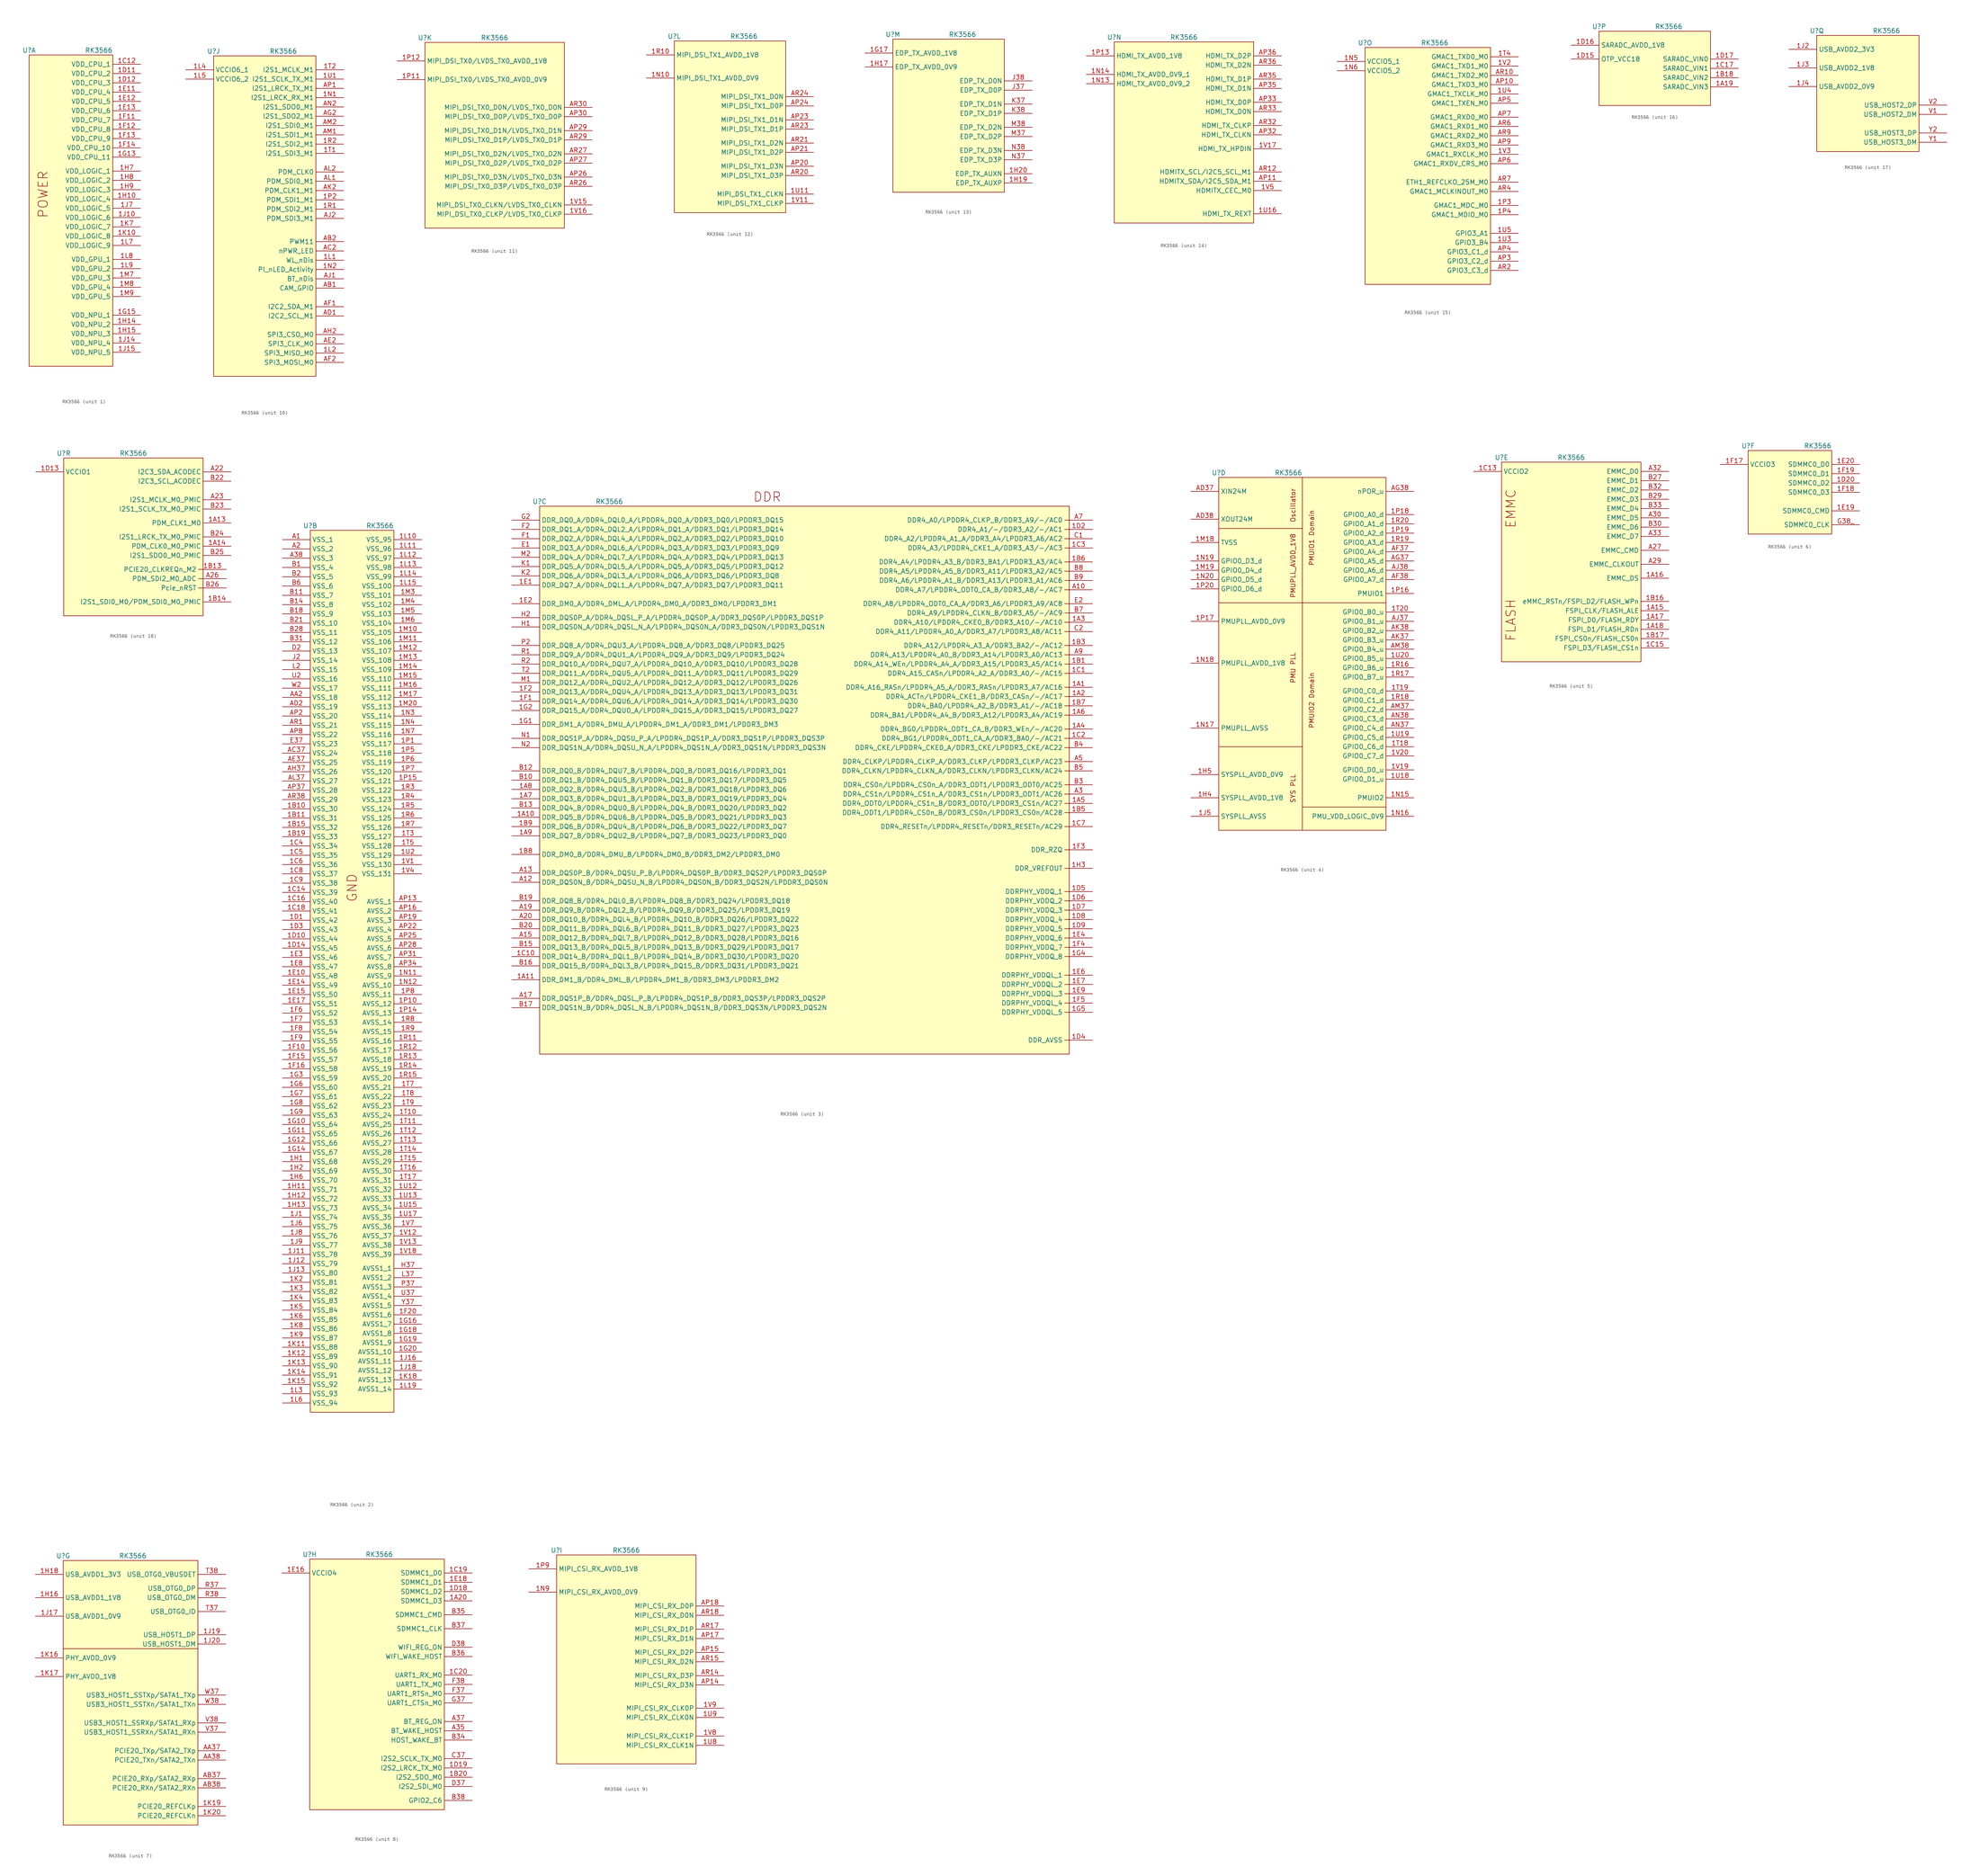
<source format=kicad_sym>
(kicad_symbol_lib
  (version 20241209)
  (generator "kicad_symbol_editor")
  (generator_version "9.0")
  (symbol "RK3566"
    (property "Reference" "U"
      (at -11.43 71.12 0)
      (effects (font (size 1.27 1.27))))
    (property "Value" "RK3566"
      (at 7.62 71.12 0)
      (effects (font (size 1.27 1.27))))
    (property "ki_locked" ""
      (at 0 0 0)
      (effects (font (size 1.27 1.27))))
    (symbol "RK3566_1_1"
      (rectangle (start -11.43 69.85) (end 11.43 -15.24) (stroke (width 0) (type default)) (fill (type background)))
      (text "POWER" (at -7.62 31.75 900) (effects (font (size 2.54 2.54))))
      (pin power_in line (at 19.05 67.31 180) (length 7.62) (name "VDD_CPU_1" (effects (font (size 1.27 1.27)))) (number "1C12" (effects (font (size 1.27 1.27)))))
      (pin power_in line (at 19.05 64.77 180) (length 7.62) (name "VDD_CPU_2" (effects (font (size 1.27 1.27)))) (number "1D11" (effects (font (size 1.27 1.27)))))
      (pin power_in line (at 19.05 62.23 180) (length 7.62) (name "VDD_CPU_3" (effects (font (size 1.27 1.27)))) (number "1D12" (effects (font (size 1.27 1.27)))))
      (pin power_in line (at 19.05 59.69 180) (length 7.62) (name "VDD_CPU_4" (effects (font (size 1.27 1.27)))) (number "1E11" (effects (font (size 1.27 1.27)))))
      (pin power_in line (at 19.05 57.15 180) (length 7.62) (name "VDD_CPU_5" (effects (font (size 1.27 1.27)))) (number "1E12" (effects (font (size 1.27 1.27)))))
      (pin power_in line (at 19.05 54.61 180) (length 7.62) (name "VDD_CPU_6" (effects (font (size 1.27 1.27)))) (number "1E13" (effects (font (size 1.27 1.27)))))
      (pin power_in line (at 19.05 52.07 180) (length 7.62) (name "VDD_CPU_7" (effects (font (size 1.27 1.27)))) (number "1F11" (effects (font (size 1.27 1.27)))))
      (pin power_in line (at 19.05 49.53 180) (length 7.62) (name "VDD_CPU_8" (effects (font (size 1.27 1.27)))) (number "1F12" (effects (font (size 1.27 1.27)))))
      (pin power_in line (at 19.05 46.99 180) (length 7.62) (name "VDD_CPU_9" (effects (font (size 1.27 1.27)))) (number "1F13" (effects (font (size 1.27 1.27)))))
      (pin power_in line (at 19.05 44.45 180) (length 7.62) (name "VDD_CPU_10" (effects (font (size 1.27 1.27)))) (number "1F14" (effects (font (size 1.27 1.27)))))
      (pin power_in line (at 19.05 41.91 180) (length 7.62) (name "VDD_CPU_11" (effects (font (size 1.27 1.27)))) (number "1G13" (effects (font (size 1.27 1.27)))))
      (pin power_in line (at 19.05 38.1 180) (length 7.62) (name "VDD_LOGIC_1" (effects (font (size 1.27 1.27)))) (number "1H7" (effects (font (size 1.27 1.27)))))
      (pin power_in line (at 19.05 35.56 180) (length 7.62) (name "VDD_LOGIC_2" (effects (font (size 1.27 1.27)))) (number "1H8" (effects (font (size 1.27 1.27)))))
      (pin power_in line (at 19.05 33.02 180) (length 7.62) (name "VDD_LOGIC_3" (effects (font (size 1.27 1.27)))) (number "1H9" (effects (font (size 1.27 1.27)))))
      (pin power_in line (at 19.05 30.48 180) (length 7.62) (name "VDD_LOGIC_4" (effects (font (size 1.27 1.27)))) (number "1H10" (effects (font (size 1.27 1.27)))))
      (pin power_in line (at 19.05 27.94 180) (length 7.62) (name "VDD_LOGIC_5" (effects (font (size 1.27 1.27)))) (number "1J7" (effects (font (size 1.27 1.27)))))
      (pin power_in line (at 19.05 25.4 180) (length 7.62) (name "VDD_LOGIC_6" (effects (font (size 1.27 1.27)))) (number "1J10" (effects (font (size 1.27 1.27)))))
      (pin power_in line (at 19.05 22.86 180) (length 7.62) (name "VDD_LOGIC_7" (effects (font (size 1.27 1.27)))) (number "1K7" (effects (font (size 1.27 1.27)))))
      (pin power_in line (at 19.05 20.32 180) (length 7.62) (name "VDD_LOGIC_8" (effects (font (size 1.27 1.27)))) (number "1K10" (effects (font (size 1.27 1.27)))))
      (pin power_in line (at 19.05 17.78 180) (length 7.62) (name "VDD_LOGIC_9" (effects (font (size 1.27 1.27)))) (number "1L7" (effects (font (size 1.27 1.27)))))
      (pin power_in line (at 19.05 13.97 180) (length 7.62) (name "VDD_GPU_1" (effects (font (size 1.27 1.27)))) (number "1L8" (effects (font (size 1.27 1.27)))))
      (pin power_in line (at 19.05 11.43 180) (length 7.62) (name "VDD_GPU_2" (effects (font (size 1.27 1.27)))) (number "1L9" (effects (font (size 1.27 1.27)))))
      (pin power_in line (at 19.05 8.89 180) (length 7.62) (name "VDD_GPU_3" (effects (font (size 1.27 1.27)))) (number "1M7" (effects (font (size 1.27 1.27)))))
      (pin power_in line (at 19.05 6.35 180) (length 7.62) (name "VDD_GPU_4" (effects (font (size 1.27 1.27)))) (number "1M8" (effects (font (size 1.27 1.27)))))
      (pin power_in line (at 19.05 3.81 180) (length 7.62) (name "VDD_GPU_5" (effects (font (size 1.27 1.27)))) (number "1M9" (effects (font (size 1.27 1.27)))))
      (pin power_in line (at 19.05 -1.27 180) (length 7.62) (name "VDD_NPU_1" (effects (font (size 1.27 1.27)))) (number "1G15" (effects (font (size 1.27 1.27)))))
      (pin power_in line (at 19.05 -3.81 180) (length 7.62) (name "VDD_NPU_2" (effects (font (size 1.27 1.27)))) (number "1H14" (effects (font (size 1.27 1.27)))))
      (pin power_in line (at 19.05 -6.35 180) (length 7.62) (name "VDD_NPU_3" (effects (font (size 1.27 1.27)))) (number "1H15" (effects (font (size 1.27 1.27)))))
      (pin power_in line (at 19.05 -8.89 180) (length 7.62) (name "VDD_NPU_4" (effects (font (size 1.27 1.27)))) (number "1J14" (effects (font (size 1.27 1.27)))))
      (pin power_in line (at 19.05 -11.43 180) (length 7.62) (name "VDD_NPU_5" (effects (font (size 1.27 1.27)))) (number "1J15" (effects (font (size 1.27 1.27))))))
    (symbol "RK3566_2_1"
      (rectangle (start -11.43 69.85) (end 11.43 -171.45) (stroke (width 0) (type default)) (fill (type background)))
      (text "GND" (at 0 -27.94 900) (effects (font (size 2.54 2.54))))
      (pin power_in line (at -19.05 67.31 0) (length 7.62) (name "VSS_1" (effects (font (size 1.27 1.27)))) (number "A1" (effects (font (size 1.27 1.27)))))
      (pin power_in line (at -19.05 64.77 0) (length 7.62) (name "VSS_2" (effects (font (size 1.27 1.27)))) (number "A2" (effects (font (size 1.27 1.27)))))
      (pin power_in line (at -19.05 62.23 0) (length 7.62) (name "VSS_3" (effects (font (size 1.27 1.27)))) (number "A38" (effects (font (size 1.27 1.27)))))
      (pin power_in line (at -19.05 59.69 0) (length 7.62) (name "VSS_4" (effects (font (size 1.27 1.27)))) (number "B1" (effects (font (size 1.27 1.27)))))
      (pin power_in line (at -19.05 57.15 0) (length 7.62) (name "VSS_5" (effects (font (size 1.27 1.27)))) (number "B2" (effects (font (size 1.27 1.27)))))
      (pin power_in line (at -19.05 54.61 0) (length 7.62) (name "VSS_6" (effects (font (size 1.27 1.27)))) (number "B6" (effects (font (size 1.27 1.27)))))
      (pin power_in line (at -19.05 52.07 0) (length 7.62) (name "VSS_7" (effects (font (size 1.27 1.27)))) (number "B11" (effects (font (size 1.27 1.27)))))
      (pin power_in line (at -19.05 49.53 0) (length 7.62) (name "VSS_8" (effects (font (size 1.27 1.27)))) (number "B14" (effects (font (size 1.27 1.27)))))
      (pin power_in line (at -19.05 46.99 0) (length 7.62) (name "VSS_9" (effects (font (size 1.27 1.27)))) (number "B18" (effects (font (size 1.27 1.27)))))
      (pin power_in line (at -19.05 44.45 0) (length 7.62) (name "VSS_10" (effects (font (size 1.27 1.27)))) (number "B21" (effects (font (size 1.27 1.27)))))
      (pin power_in line (at -19.05 41.91 0) (length 7.62) (name "VSS_11" (effects (font (size 1.27 1.27)))) (number "B28" (effects (font (size 1.27 1.27)))))
      (pin power_in line (at -19.05 39.37 0) (length 7.62) (name "VSS_12" (effects (font (size 1.27 1.27)))) (number "B31" (effects (font (size 1.27 1.27)))))
      (pin power_in line (at -19.05 36.83 0) (length 7.62) (name "VSS_13" (effects (font (size 1.27 1.27)))) (number "D2" (effects (font (size 1.27 1.27)))))
      (pin power_in line (at -19.05 34.29 0) (length 7.62) (name "VSS_14" (effects (font (size 1.27 1.27)))) (number "J2" (effects (font (size 1.27 1.27)))))
      (pin power_in line (at -19.05 31.75 0) (length 7.62) (name "VSS_15" (effects (font (size 1.27 1.27)))) (number "L2" (effects (font (size 1.27 1.27)))))
      (pin power_in line (at -19.05 29.21 0) (length 7.62) (name "VSS_16" (effects (font (size 1.27 1.27)))) (number "U2" (effects (font (size 1.27 1.27)))))
      (pin power_in line (at -19.05 26.67 0) (length 7.62) (name "VSS_17" (effects (font (size 1.27 1.27)))) (number "W2" (effects (font (size 1.27 1.27)))))
      (pin power_in line (at -19.05 24.13 0) (length 7.62) (name "VSS_18" (effects (font (size 1.27 1.27)))) (number "AA2" (effects (font (size 1.27 1.27)))))
      (pin power_in line (at -19.05 21.59 0) (length 7.62) (name "VSS_19" (effects (font (size 1.27 1.27)))) (number "AD2" (effects (font (size 1.27 1.27)))))
      (pin power_in line (at -19.05 19.05 0) (length 7.62) (name "VSS_20" (effects (font (size 1.27 1.27)))) (number "AP2" (effects (font (size 1.27 1.27)))))
      (pin power_in line (at -19.05 16.51 0) (length 7.62) (name "VSS_21" (effects (font (size 1.27 1.27)))) (number "AR1" (effects (font (size 1.27 1.27)))))
      (pin power_in line (at -19.05 13.97 0) (length 7.62) (name "VSS_22" (effects (font (size 1.27 1.27)))) (number "AP8" (effects (font (size 1.27 1.27)))))
      (pin power_in line (at -19.05 11.43 0) (length 7.62) (name "VSS_23" (effects (font (size 1.27 1.27)))) (number "E37" (effects (font (size 1.27 1.27)))))
      (pin power_in line (at -19.05 8.89 0) (length 7.62) (name "VSS_24" (effects (font (size 1.27 1.27)))) (number "AC37" (effects (font (size 1.27 1.27)))))
      (pin power_in line (at -19.05 6.35 0) (length 7.62) (name "VSS_25" (effects (font (size 1.27 1.27)))) (number "AE37" (effects (font (size 1.27 1.27)))))
      (pin power_in line (at -19.05 3.81 0) (length 7.62) (name "VSS_26" (effects (font (size 1.27 1.27)))) (number "AH37" (effects (font (size 1.27 1.27)))))
      (pin power_in line (at -19.05 1.27 0) (length 7.62) (name "VSS_27" (effects (font (size 1.27 1.27)))) (number "AL37" (effects (font (size 1.27 1.27)))))
      (pin power_in line (at -19.05 -1.27 0) (length 7.62) (name "VSS_28" (effects (font (size 1.27 1.27)))) (number "AP37" (effects (font (size 1.27 1.27)))))
      (pin power_in line (at -19.05 -3.81 0) (length 7.62) (name "VSS_29" (effects (font (size 1.27 1.27)))) (number "AR38" (effects (font (size 1.27 1.27)))))
      (pin power_in line (at -19.05 -6.35 0) (length 7.62) (name "VSS_30" (effects (font (size 1.27 1.27)))) (number "1B10" (effects (font (size 1.27 1.27)))))
      (pin power_in line (at -19.05 -8.89 0) (length 7.62) (name "VSS_31" (effects (font (size 1.27 1.27)))) (number "1B11" (effects (font (size 1.27 1.27)))))
      (pin power_in line (at -19.05 -11.43 0) (length 7.62) (name "VSS_32" (effects (font (size 1.27 1.27)))) (number "1B15" (effects (font (size 1.27 1.27)))))
      (pin power_in line (at -19.05 -13.97 0) (length 7.62) (name "VSS_33" (effects (font (size 1.27 1.27)))) (number "1B19" (effects (font (size 1.27 1.27)))))
      (pin power_in line (at -19.05 -16.51 0) (length 7.62) (name "VSS_34" (effects (font (size 1.27 1.27)))) (number "1C4" (effects (font (size 1.27 1.27)))))
      (pin power_in line (at -19.05 -19.05 0) (length 7.62) (name "VSS_35" (effects (font (size 1.27 1.27)))) (number "1C5" (effects (font (size 1.27 1.27)))))
      (pin power_in line (at -19.05 -21.59 0) (length 7.62) (name "VSS_36" (effects (font (size 1.27 1.27)))) (number "1C6" (effects (font (size 1.27 1.27)))))
      (pin power_in line (at -19.05 -24.13 0) (length 7.62) (name "VSS_37" (effects (font (size 1.27 1.27)))) (number "1C8" (effects (font (size 1.27 1.27)))))
      (pin power_in line (at -19.05 -26.67 0) (length 7.62) (name "VSS_38" (effects (font (size 1.27 1.27)))) (number "1C9" (effects (font (size 1.27 1.27)))))
      (pin power_in line (at -19.05 -29.21 0) (length 7.62) (name "VSS_39" (effects (font (size 1.27 1.27)))) (number "1C14" (effects (font (size 1.27 1.27)))))
      (pin power_in line (at -19.05 -31.75 0) (length 7.62) (name "VSS_40" (effects (font (size 1.27 1.27)))) (number "1C16" (effects (font (size 1.27 1.27)))))
      (pin power_in line (at -19.05 -34.29 0) (length 7.62) (name "VSS_41" (effects (font (size 1.27 1.27)))) (number "1C18" (effects (font (size 1.27 1.27)))))
      (pin power_in line (at -19.05 -36.83 0) (length 7.62) (name "VSS_42" (effects (font (size 1.27 1.27)))) (number "1D1" (effects (font (size 1.27 1.27)))))
      (pin power_in line (at -19.05 -39.37 0) (length 7.62) (name "VSS_43" (effects (font (size 1.27 1.27)))) (number "1D3" (effects (font (size 1.27 1.27)))))
      (pin power_in line (at -19.05 -41.91 0) (length 7.62) (name "VSS_44" (effects (font (size 1.27 1.27)))) (number "1D10" (effects (font (size 1.27 1.27)))))
      (pin power_in line (at -19.05 -44.45 0) (length 7.62) (name "VSS_45" (effects (font (size 1.27 1.27)))) (number "1D14" (effects (font (size 1.27 1.27)))))
      (pin power_in line (at -19.05 -46.99 0) (length 7.62) (name "VSS_46" (effects (font (size 1.27 1.27)))) (number "1E3" (effects (font (size 1.27 1.27)))))
      (pin power_in line (at -19.05 -49.53 0) (length 7.62) (name "VSS_47" (effects (font (size 1.27 1.27)))) (number "1E8" (effects (font (size 1.27 1.27)))))
      (pin power_in line (at -19.05 -52.07 0) (length 7.62) (name "VSS_48" (effects (font (size 1.27 1.27)))) (number "1E10" (effects (font (size 1.27 1.27)))))
      (pin power_in line (at -19.05 -54.61 0) (length 7.62) (name "VSS_49" (effects (font (size 1.27 1.27)))) (number "1E14" (effects (font (size 1.27 1.27)))))
      (pin power_in line (at -19.05 -57.15 0) (length 7.62) (name "VSS_50" (effects (font (size 1.27 1.27)))) (number "1E15" (effects (font (size 1.27 1.27)))))
      (pin power_in line (at -19.05 -59.69 0) (length 7.62) (name "VSS_51" (effects (font (size 1.27 1.27)))) (number "1E17" (effects (font (size 1.27 1.27)))))
      (pin power_in line (at -19.05 -62.23 0) (length 7.62) (name "VSS_52" (effects (font (size 1.27 1.27)))) (number "1F6" (effects (font (size 1.27 1.27)))))
      (pin power_in line (at -19.05 -64.77 0) (length 7.62) (name "VSS_53" (effects (font (size 1.27 1.27)))) (number "1F7" (effects (font (size 1.27 1.27)))))
      (pin power_in line (at -19.05 -67.31 0) (length 7.62) (name "VSS_54" (effects (font (size 1.27 1.27)))) (number "1F8" (effects (font (size 1.27 1.27)))))
      (pin power_in line (at -19.05 -69.85 0) (length 7.62) (name "VSS_55" (effects (font (size 1.27 1.27)))) (number "1F9" (effects (font (size 1.27 1.27)))))
      (pin power_in line (at -19.05 -72.39 0) (length 7.62) (name "VSS_56" (effects (font (size 1.27 1.27)))) (number "1F10" (effects (font (size 1.27 1.27)))))
      (pin power_in line (at -19.05 -74.93 0) (length 7.62) (name "VSS_57" (effects (font (size 1.27 1.27)))) (number "1F15" (effects (font (size 1.27 1.27)))))
      (pin power_in line (at -19.05 -77.47 0) (length 7.62) (name "VSS_58" (effects (font (size 1.27 1.27)))) (number "1F16" (effects (font (size 1.27 1.27)))))
      (pin power_in line (at -19.05 -80.01 0) (length 7.62) (name "VSS_59" (effects (font (size 1.27 1.27)))) (number "1G3" (effects (font (size 1.27 1.27)))))
      (pin power_in line (at -19.05 -82.55 0) (length 7.62) (name "VSS_60" (effects (font (size 1.27 1.27)))) (number "1G6" (effects (font (size 1.27 1.27)))))
      (pin power_in line (at -19.05 -85.09 0) (length 7.62) (name "VSS_61" (effects (font (size 1.27 1.27)))) (number "1G7" (effects (font (size 1.27 1.27)))))
      (pin power_in line (at -19.05 -87.63 0) (length 7.62) (name "VSS_62" (effects (font (size 1.27 1.27)))) (number "1G8" (effects (font (size 1.27 1.27)))))
      (pin power_in line (at -19.05 -90.17 0) (length 7.62) (name "VSS_63" (effects (font (size 1.27 1.27)))) (number "1G9" (effects (font (size 1.27 1.27)))))
      (pin power_in line (at -19.05 -92.71 0) (length 7.62) (name "VSS_64" (effects (font (size 1.27 1.27)))) (number "1G10" (effects (font (size 1.27 1.27)))))
      (pin power_in line (at -19.05 -95.25 0) (length 7.62) (name "VSS_65" (effects (font (size 1.27 1.27)))) (number "1G11" (effects (font (size 1.27 1.27)))))
      (pin power_in line (at -19.05 -97.79 0) (length 7.62) (name "VSS_66" (effects (font (size 1.27 1.27)))) (number "1G12" (effects (font (size 1.27 1.27)))))
      (pin power_in line (at -19.05 -100.33 0) (length 7.62) (name "VSS_67" (effects (font (size 1.27 1.27)))) (number "1G14" (effects (font (size 1.27 1.27)))))
      (pin power_in line (at -19.05 -102.87 0) (length 7.62) (name "VSS_68" (effects (font (size 1.27 1.27)))) (number "1H1" (effects (font (size 1.27 1.27)))))
      (pin power_in line (at -19.05 -105.41 0) (length 7.62) (name "VSS_69" (effects (font (size 1.27 1.27)))) (number "1H2" (effects (font (size 1.27 1.27)))))
      (pin power_in line (at -19.05 -107.95 0) (length 7.62) (name "VSS_70" (effects (font (size 1.27 1.27)))) (number "1H6" (effects (font (size 1.27 1.27)))))
      (pin power_in line (at -19.05 -110.49 0) (length 7.62) (name "VSS_71" (effects (font (size 1.27 1.27)))) (number "1H11" (effects (font (size 1.27 1.27)))))
      (pin power_in line (at -19.05 -113.03 0) (length 7.62) (name "VSS_72" (effects (font (size 1.27 1.27)))) (number "1H12" (effects (font (size 1.27 1.27)))))
      (pin power_in line (at -19.05 -115.57 0) (length 7.62) (name "VSS_73" (effects (font (size 1.27 1.27)))) (number "1H13" (effects (font (size 1.27 1.27)))))
      (pin power_in line (at -19.05 -118.11 0) (length 7.62) (name "VSS_74" (effects (font (size 1.27 1.27)))) (number "1J1" (effects (font (size 1.27 1.27)))))
      (pin power_in line (at -19.05 -120.65 0) (length 7.62) (name "VSS_75" (effects (font (size 1.27 1.27)))) (number "1J6" (effects (font (size 1.27 1.27)))))
      (pin power_in line (at -19.05 -123.19 0) (length 7.62) (name "VSS_76" (effects (font (size 1.27 1.27)))) (number "1J8" (effects (font (size 1.27 1.27)))))
      (pin power_in line (at -19.05 -125.73 0) (length 7.62) (name "VSS_77" (effects (font (size 1.27 1.27)))) (number "1J9" (effects (font (size 1.27 1.27)))))
      (pin power_in line (at -19.05 -128.27 0) (length 7.62) (name "VSS_78" (effects (font (size 1.27 1.27)))) (number "1J11" (effects (font (size 1.27 1.27)))))
      (pin power_in line (at -19.05 -130.81 0) (length 7.62) (name "VSS_79" (effects (font (size 1.27 1.27)))) (number "1J12" (effects (font (size 1.27 1.27)))))
      (pin power_in line (at -19.05 -133.35 0) (length 7.62) (name "VSS_80" (effects (font (size 1.27 1.27)))) (number "1J13" (effects (font (size 1.27 1.27)))))
      (pin power_in line (at -19.05 -135.89 0) (length 7.62) (name "VSS_81" (effects (font (size 1.27 1.27)))) (number "1K2" (effects (font (size 1.27 1.27)))))
      (pin power_in line (at -19.05 -138.43 0) (length 7.62) (name "VSS_82" (effects (font (size 1.27 1.27)))) (number "1K3" (effects (font (size 1.27 1.27)))))
      (pin power_in line (at -19.05 -140.97 0) (length 7.62) (name "VSS_83" (effects (font (size 1.27 1.27)))) (number "1K4" (effects (font (size 1.27 1.27)))))
      (pin power_in line (at -19.05 -143.51 0) (length 7.62) (name "VSS_84" (effects (font (size 1.27 1.27)))) (number "1K5" (effects (font (size 1.27 1.27)))))
      (pin power_in line (at -19.05 -146.05 0) (length 7.62) (name "VSS_85" (effects (font (size 1.27 1.27)))) (number "1K6" (effects (font (size 1.27 1.27)))))
      (pin power_in line (at -19.05 -148.59 0) (length 7.62) (name "VSS_86" (effects (font (size 1.27 1.27)))) (number "1K8" (effects (font (size 1.27 1.27)))))
      (pin power_in line (at -19.05 -151.13 0) (length 7.62) (name "VSS_87" (effects (font (size 1.27 1.27)))) (number "1K9" (effects (font (size 1.27 1.27)))))
      (pin power_in line (at -19.05 -153.67 0) (length 7.62) (name "VSS_88" (effects (font (size 1.27 1.27)))) (number "1K11" (effects (font (size 1.27 1.27)))))
      (pin power_in line (at -19.05 -156.21 0) (length 7.62) (name "VSS_89" (effects (font (size 1.27 1.27)))) (number "1K12" (effects (font (size 1.27 1.27)))))
      (pin power_in line (at -19.05 -158.75 0) (length 7.62) (name "VSS_90" (effects (font (size 1.27 1.27)))) (number "1K13" (effects (font (size 1.27 1.27)))))
      (pin power_in line (at -19.05 -161.29 0) (length 7.62) (name "VSS_91" (effects (font (size 1.27 1.27)))) (number "1K14" (effects (font (size 1.27 1.27)))))
      (pin power_in line (at -19.05 -163.83 0) (length 7.62) (name "VSS_92" (effects (font (size 1.27 1.27)))) (number "1K15" (effects (font (size 1.27 1.27)))))
      (pin power_in line (at -19.05 -166.37 0) (length 7.62) (name "VSS_93" (effects (font (size 1.27 1.27)))) (number "1L3" (effects (font (size 1.27 1.27)))))
      (pin power_in line (at -19.05 -168.91 0) (length 7.62) (name "VSS_94" (effects (font (size 1.27 1.27)))) (number "1L6" (effects (font (size 1.27 1.27)))))
      (pin power_in line (at 19.05 67.31 180) (length 7.62) (name "VSS_95" (effects (font (size 1.27 1.27)))) (number "1L10" (effects (font (size 1.27 1.27)))))
      (pin power_in line (at 19.05 64.77 180) (length 7.62) (name "VSS_96" (effects (font (size 1.27 1.27)))) (number "1L11" (effects (font (size 1.27 1.27)))))
      (pin power_in line (at 19.05 62.23 180) (length 7.62) (name "VSS_97" (effects (font (size 1.27 1.27)))) (number "1L12" (effects (font (size 1.27 1.27)))))
      (pin power_in line (at 19.05 59.69 180) (length 7.62) (name "VSS_98" (effects (font (size 1.27 1.27)))) (number "1L13" (effects (font (size 1.27 1.27)))))
      (pin power_in line (at 19.05 57.15 180) (length 7.62) (name "VSS_99" (effects (font (size 1.27 1.27)))) (number "1L14" (effects (font (size 1.27 1.27)))))
      (pin power_in line (at 19.05 54.61 180) (length 7.62) (name "VSS_100" (effects (font (size 1.27 1.27)))) (number "1L15" (effects (font (size 1.27 1.27)))))
      (pin power_in line (at 19.05 52.07 180) (length 7.62) (name "VSS_101" (effects (font (size 1.27 1.27)))) (number "1M3" (effects (font (size 1.27 1.27)))))
      (pin power_in line (at 19.05 49.53 180) (length 7.62) (name "VSS_102" (effects (font (size 1.27 1.27)))) (number "1M4" (effects (font (size 1.27 1.27)))))
      (pin power_in line (at 19.05 46.99 180) (length 7.62) (name "VSS_103" (effects (font (size 1.27 1.27)))) (number "1M5" (effects (font (size 1.27 1.27)))))
      (pin power_in line (at 19.05 44.45 180) (length 7.62) (name "VSS_104" (effects (font (size 1.27 1.27)))) (number "1M6" (effects (font (size 1.27 1.27)))))
      (pin power_in line (at 19.05 41.91 180) (length 7.62) (name "VSS_105" (effects (font (size 1.27 1.27)))) (number "1M10" (effects (font (size 1.27 1.27)))))
      (pin power_in line (at 19.05 39.37 180) (length 7.62) (name "VSS_106" (effects (font (size 1.27 1.27)))) (number "1M11" (effects (font (size 1.27 1.27)))))
      (pin power_in line (at 19.05 36.83 180) (length 7.62) (name "VSS_107" (effects (font (size 1.27 1.27)))) (number "1M12" (effects (font (size 1.27 1.27)))))
      (pin power_in line (at 19.05 34.29 180) (length 7.62) (name "VSS_108" (effects (font (size 1.27 1.27)))) (number "1M13" (effects (font (size 1.27 1.27)))))
      (pin power_in line (at 19.05 31.75 180) (length 7.62) (name "VSS_109" (effects (font (size 1.27 1.27)))) (number "1M14" (effects (font (size 1.27 1.27)))))
      (pin power_in line (at 19.05 29.21 180) (length 7.62) (name "VSS_110" (effects (font (size 1.27 1.27)))) (number "1M15" (effects (font (size 1.27 1.27)))))
      (pin power_in line (at 19.05 26.67 180) (length 7.62) (name "VSS_111" (effects (font (size 1.27 1.27)))) (number "1M16" (effects (font (size 1.27 1.27)))))
      (pin power_in line (at 19.05 24.13 180) (length 7.62) (name "VSS_112" (effects (font (size 1.27 1.27)))) (number "1M17" (effects (font (size 1.27 1.27)))))
      (pin power_in line (at 19.05 21.59 180) (length 7.62) (name "VSS_113" (effects (font (size 1.27 1.27)))) (number "1M20" (effects (font (size 1.27 1.27)))))
      (pin power_in line (at 19.05 19.05 180) (length 7.62) (name "VSS_114" (effects (font (size 1.27 1.27)))) (number "1N3" (effects (font (size 1.27 1.27)))))
      (pin power_in line (at 19.05 16.51 180) (length 7.62) (name "VSS_115" (effects (font (size 1.27 1.27)))) (number "1N4" (effects (font (size 1.27 1.27)))))
      (pin power_in line (at 19.05 13.97 180) (length 7.62) (name "VSS_116" (effects (font (size 1.27 1.27)))) (number "1N7" (effects (font (size 1.27 1.27)))))
      (pin power_in line (at 19.05 11.43 180) (length 7.62) (name "VSS_117" (effects (font (size 1.27 1.27)))) (number "1P1" (effects (font (size 1.27 1.27)))))
      (pin power_in line (at 19.05 8.89 180) (length 7.62) (name "VSS_118" (effects (font (size 1.27 1.27)))) (number "1P5" (effects (font (size 1.27 1.27)))))
      (pin power_in line (at 19.05 6.35 180) (length 7.62) (name "VSS_119" (effects (font (size 1.27 1.27)))) (number "1P6" (effects (font (size 1.27 1.27)))))
      (pin power_in line (at 19.05 3.81 180) (length 7.62) (name "VSS_120" (effects (font (size 1.27 1.27)))) (number "1P7" (effects (font (size 1.27 1.27)))))
      (pin power_in line (at 19.05 1.27 180) (length 7.62) (name "VSS_121" (effects (font (size 1.27 1.27)))) (number "1P15" (effects (font (size 1.27 1.27)))))
      (pin power_in line (at 19.05 -1.27 180) (length 7.62) (name "VSS_122" (effects (font (size 1.27 1.27)))) (number "1R3" (effects (font (size 1.27 1.27)))))
      (pin power_in line (at 19.05 -3.81 180) (length 7.62) (name "VSS_123" (effects (font (size 1.27 1.27)))) (number "1R4" (effects (font (size 1.27 1.27)))))
      (pin power_in line (at 19.05 -6.35 180) (length 7.62) (name "VSS_124" (effects (font (size 1.27 1.27)))) (number "1R5" (effects (font (size 1.27 1.27)))))
      (pin power_in line (at 19.05 -8.89 180) (length 7.62) (name "VSS_125" (effects (font (size 1.27 1.27)))) (number "1R6" (effects (font (size 1.27 1.27)))))
      (pin power_in line (at 19.05 -11.43 180) (length 7.62) (name "VSS_126" (effects (font (size 1.27 1.27)))) (number "1R7" (effects (font (size 1.27 1.27)))))
      (pin power_in line (at 19.05 -13.97 180) (length 7.62) (name "VSS_127" (effects (font (size 1.27 1.27)))) (number "1T3" (effects (font (size 1.27 1.27)))))
      (pin power_in line (at 19.05 -16.51 180) (length 7.62) (name "VSS_128" (effects (font (size 1.27 1.27)))) (number "1T5" (effects (font (size 1.27 1.27)))))
      (pin power_in line (at 19.05 -19.05 180) (length 7.62) (name "VSS_129" (effects (font (size 1.27 1.27)))) (number "1U2" (effects (font (size 1.27 1.27)))))
      (pin power_in line (at 19.05 -21.59 180) (length 7.62) (name "VSS_130" (effects (font (size 1.27 1.27)))) (number "1V1" (effects (font (size 1.27 1.27)))))
      (pin power_in line (at 19.05 -24.13 180) (length 7.62) (name "VSS_131" (effects (font (size 1.27 1.27)))) (number "1V4" (effects (font (size 1.27 1.27)))))
      (pin power_in line (at 19.05 -31.75 180) (length 7.62) (name "AVSS_1" (effects (font (size 1.27 1.27)))) (number "AP13" (effects (font (size 1.27 1.27)))))
      (pin power_in line (at 19.05 -34.29 180) (length 7.62) (name "AVSS_2" (effects (font (size 1.27 1.27)))) (number "AP16" (effects (font (size 1.27 1.27)))))
      (pin power_in line (at 19.05 -36.83 180) (length 7.62) (name "AVSS_3" (effects (font (size 1.27 1.27)))) (number "AP19" (effects (font (size 1.27 1.27)))))
      (pin power_in line (at 19.05 -39.37 180) (length 7.62) (name "AVSS_4" (effects (font (size 1.27 1.27)))) (number "AP22" (effects (font (size 1.27 1.27)))))
      (pin power_in line (at 19.05 -41.91 180) (length 7.62) (name "AVSS_5" (effects (font (size 1.27 1.27)))) (number "AP25" (effects (font (size 1.27 1.27)))))
      (pin power_in line (at 19.05 -44.45 180) (length 7.62) (name "AVSS_6" (effects (font (size 1.27 1.27)))) (number "AP28" (effects (font (size 1.27 1.27)))))
      (pin power_in line (at 19.05 -46.99 180) (length 7.62) (name "AVSS_7" (effects (font (size 1.27 1.27)))) (number "AP31" (effects (font (size 1.27 1.27)))))
      (pin power_in line (at 19.05 -49.53 180) (length 7.62) (name "AVSS_8" (effects (font (size 1.27 1.27)))) (number "AP34" (effects (font (size 1.27 1.27)))))
      (pin power_in line (at 19.05 -52.07 180) (length 7.62) (name "AVSS_9" (effects (font (size 1.27 1.27)))) (number "1N11" (effects (font (size 1.27 1.27)))))
      (pin power_in line (at 19.05 -54.61 180) (length 7.62) (name "AVSS_10" (effects (font (size 1.27 1.27)))) (number "1N12" (effects (font (size 1.27 1.27)))))
      (pin power_in line (at 19.05 -57.15 180) (length 7.62) (name "AVSS_11" (effects (font (size 1.27 1.27)))) (number "1P8" (effects (font (size 1.27 1.27)))))
      (pin power_in line (at 19.05 -59.69 180) (length 7.62) (name "AVSS_12" (effects (font (size 1.27 1.27)))) (number "1P10" (effects (font (size 1.27 1.27)))))
      (pin power_in line (at 19.05 -62.23 180) (length 7.62) (name "AVSS_13" (effects (font (size 1.27 1.27)))) (number "1P14" (effects (font (size 1.27 1.27)))))
      (pin power_in line (at 19.05 -64.77 180) (length 7.62) (name "AVSS_14" (effects (font (size 1.27 1.27)))) (number "1R8" (effects (font (size 1.27 1.27)))))
      (pin power_in line (at 19.05 -67.31 180) (length 7.62) (name "AVSS_15" (effects (font (size 1.27 1.27)))) (number "1R9" (effects (font (size 1.27 1.27)))))
      (pin power_in line (at 19.05 -69.85 180) (length 7.62) (name "AVSS_16" (effects (font (size 1.27 1.27)))) (number "1R11" (effects (font (size 1.27 1.27)))))
      (pin power_in line (at 19.05 -72.39 180) (length 7.62) (name "AVSS_17" (effects (font (size 1.27 1.27)))) (number "1R12" (effects (font (size 1.27 1.27)))))
      (pin power_in line (at 19.05 -74.93 180) (length 7.62) (name "AVSS_18" (effects (font (size 1.27 1.27)))) (number "1R13" (effects (font (size 1.27 1.27)))))
      (pin power_in line (at 19.05 -77.47 180) (length 7.62) (name "AVSS_19" (effects (font (size 1.27 1.27)))) (number "1R14" (effects (font (size 1.27 1.27)))))
      (pin power_in line (at 19.05 -80.01 180) (length 7.62) (name "AVSS_20" (effects (font (size 1.27 1.27)))) (number "1R15" (effects (font (size 1.27 1.27)))))
      (pin power_in line (at 19.05 -82.55 180) (length 7.62) (name "AVSS_21" (effects (font (size 1.27 1.27)))) (number "1T7" (effects (font (size 1.27 1.27)))))
      (pin power_in line (at 19.05 -85.09 180) (length 7.62) (name "AVSS_22" (effects (font (size 1.27 1.27)))) (number "1T8" (effects (font (size 1.27 1.27)))))
      (pin power_in line (at 19.05 -87.63 180) (length 7.62) (name "AVSS_23" (effects (font (size 1.27 1.27)))) (number "1T9" (effects (font (size 1.27 1.27)))))
      (pin power_in line (at 19.05 -90.17 180) (length 7.62) (name "AVSS_24" (effects (font (size 1.27 1.27)))) (number "1T10" (effects (font (size 1.27 1.27)))))
      (pin power_in line (at 19.05 -92.71 180) (length 7.62) (name "AVSS_25" (effects (font (size 1.27 1.27)))) (number "1T11" (effects (font (size 1.27 1.27)))))
      (pin power_in line (at 19.05 -95.25 180) (length 7.62) (name "AVSS_26" (effects (font (size 1.27 1.27)))) (number "1T12" (effects (font (size 1.27 1.27)))))
      (pin power_in line (at 19.05 -97.79 180) (length 7.62) (name "AVSS_27" (effects (font (size 1.27 1.27)))) (number "1T13" (effects (font (size 1.27 1.27)))))
      (pin power_in line (at 19.05 -100.33 180) (length 7.62) (name "AVSS_28" (effects (font (size 1.27 1.27)))) (number "1T14" (effects (font (size 1.27 1.27)))))
      (pin power_in line (at 19.05 -102.87 180) (length 7.62) (name "AVSS_29" (effects (font (size 1.27 1.27)))) (number "1T15" (effects (font (size 1.27 1.27)))))
      (pin power_in line (at 19.05 -105.41 180) (length 7.62) (name "AVSS_30" (effects (font (size 1.27 1.27)))) (number "1T16" (effects (font (size 1.27 1.27)))))
      (pin power_in line (at 19.05 -107.95 180) (length 7.62) (name "AVSS_31" (effects (font (size 1.27 1.27)))) (number "1T17" (effects (font (size 1.27 1.27)))))
      (pin power_in line (at 19.05 -110.49 180) (length 7.62) (name "AVSS_32" (effects (font (size 1.27 1.27)))) (number "1U12" (effects (font (size 1.27 1.27)))))
      (pin power_in line (at 19.05 -113.03 180) (length 7.62) (name "AVSS_33" (effects (font (size 1.27 1.27)))) (number "1U13" (effects (font (size 1.27 1.27)))))
      (pin power_in line (at 19.05 -115.57 180) (length 7.62) (name "AVSS_34" (effects (font (size 1.27 1.27)))) (number "1U15" (effects (font (size 1.27 1.27)))))
      (pin power_in line (at 19.05 -118.11 180) (length 7.62) (name "AVSS_35" (effects (font (size 1.27 1.27)))) (number "1U17" (effects (font (size 1.27 1.27)))))
      (pin power_in line (at 19.05 -120.65 180) (length 7.62) (name "AVSS_36" (effects (font (size 1.27 1.27)))) (number "1V7" (effects (font (size 1.27 1.27)))))
      (pin power_in line (at 19.05 -123.19 180) (length 7.62) (name "AVSS_37" (effects (font (size 1.27 1.27)))) (number "1V12" (effects (font (size 1.27 1.27)))))
      (pin power_in line (at 19.05 -125.73 180) (length 7.62) (name "AVSS_38" (effects (font (size 1.27 1.27)))) (number "1V13" (effects (font (size 1.27 1.27)))))
      (pin power_in line (at 19.05 -128.27 180) (length 7.62) (name "AVSS_39" (effects (font (size 1.27 1.27)))) (number "1V18" (effects (font (size 1.27 1.27)))))
      (pin power_in line (at 19.05 -132.08 180) (length 7.62) (name "AVSS1_1" (effects (font (size 1.27 1.27)))) (number "H37" (effects (font (size 1.27 1.27)))))
      (pin power_in line (at 19.05 -134.62 180) (length 7.62) (name "AVSS1_2" (effects (font (size 1.27 1.27)))) (number "L37" (effects (font (size 1.27 1.27)))))
      (pin power_in line (at 19.05 -137.16 180) (length 7.62) (name "AVSS1_3" (effects (font (size 1.27 1.27)))) (number "P37" (effects (font (size 1.27 1.27)))))
      (pin power_in line (at 19.05 -139.7 180) (length 7.62) (name "AVSS1_4" (effects (font (size 1.27 1.27)))) (number "U37" (effects (font (size 1.27 1.27)))))
      (pin power_in line (at 19.05 -142.24 180) (length 7.62) (name "AVSS1_5" (effects (font (size 1.27 1.27)))) (number "Y37" (effects (font (size 1.27 1.27)))))
      (pin power_in line (at 19.05 -144.78 180) (length 7.62) (name "AVSS1_6" (effects (font (size 1.27 1.27)))) (number "1F20" (effects (font (size 1.27 1.27)))))
      (pin power_in line (at 19.05 -147.32 180) (length 7.62) (name "AVSS1_7" (effects (font (size 1.27 1.27)))) (number "1G16" (effects (font (size 1.27 1.27)))))
      (pin power_in line (at 19.05 -149.86 180) (length 7.62) (name "AVSS1_8" (effects (font (size 1.27 1.27)))) (number "1G18" (effects (font (size 1.27 1.27)))))
      (pin power_in line (at 19.05 -152.4 180) (length 7.62) (name "AVSS1_9" (effects (font (size 1.27 1.27)))) (number "1G19" (effects (font (size 1.27 1.27)))))
      (pin power_in line (at 19.05 -154.94 180) (length 7.62) (name "AVSS1_10" (effects (font (size 1.27 1.27)))) (number "1G20" (effects (font (size 1.27 1.27)))))
      (pin power_in line (at 19.05 -157.48 180) (length 7.62) (name "AVSS1_11" (effects (font (size 1.27 1.27)))) (number "1J16" (effects (font (size 1.27 1.27)))))
      (pin power_in line (at 19.05 -160.02 180) (length 7.62) (name "AVSS1_12" (effects (font (size 1.27 1.27)))) (number "1J18" (effects (font (size 1.27 1.27)))))
      (pin power_in line (at 19.05 -162.56 180) (length 7.62) (name "AVSS1_13" (effects (font (size 1.27 1.27)))) (number "1K18" (effects (font (size 1.27 1.27)))))
      (pin power_in line (at 19.05 -165.1 180) (length 7.62) (name "AVSS1_14" (effects (font (size 1.27 1.27)))) (number "1L19" (effects (font (size 1.27 1.27))))))
    (symbol "RK3566_3_1"
      (rectangle (start -11.43 69.85) (end 133.35 -80.01) (stroke (width 0) (type default)) (fill (type background)))
      (text "DDR" (at 50.8 72.39 0) (effects (font (size 2.54 2.54))))
      (pin bidirectional line (at -19.05 66.04 0) (length 7.62) (name "DDR_DQ0_A/DDR4_DQL0_A/LPDDR4_DQ0_A/DDR3_DQ0/LPDDR3_DQ15" (effects (font (size 1.27 1.27)))) (number "G2" (effects (font (size 1.27 1.27)))))
      (pin bidirectional line (at -19.05 63.5 0) (length 7.62) (name "DDR_DQ1_A/DDR4_DQL2_A/LPDDR4_DQ1_A/DDR3_DQ1/LPDDR3_DQ14" (effects (font (size 1.27 1.27)))) (number "F2" (effects (font (size 1.27 1.27)))))
      (pin bidirectional line (at -19.05 60.96 0) (length 7.62) (name "DDR_DQ2_A/DDR4_DQL4_A/LPDDR4_DQ2_A/DDR3_DQ2/LPDDR3_DQ10" (effects (font (size 1.27 1.27)))) (number "F1" (effects (font (size 1.27 1.27)))))
      (pin bidirectional line (at -19.05 58.42 0) (length 7.62) (name "DDR_DQ3_A/DDR4_DQL6_A/LPDDR4_DQ3_A/DDR3_DQ3/LPDDR3_DQ9" (effects (font (size 1.27 1.27)))) (number "E1" (effects (font (size 1.27 1.27)))))
      (pin bidirectional line (at -19.05 55.88 0) (length 7.62) (name "DDR_DQ4_A/DDR4_DQL7_A/LPDDR4_DQ4_A/DDR3_DQ4/LPDDR3_DQ13" (effects (font (size 1.27 1.27)))) (number "M2" (effects (font (size 1.27 1.27)))))
      (pin bidirectional line (at -19.05 53.34 0) (length 7.62) (name "DDR_DQ5_A/DDR4_DQL5_A/LPDDR4_DQ5_A/DDR3_DQ5/LPDDR3_DQ12" (effects (font (size 1.27 1.27)))) (number "K1" (effects (font (size 1.27 1.27)))))
      (pin bidirectional line (at -19.05 50.8 0) (length 7.62) (name "DDR_DQ6_A/DDR4_DQL3_A/LPDDR4_DQ6_A/DDR3_DQ6/LPDDR3_DQ8" (effects (font (size 1.27 1.27)))) (number "K2" (effects (font (size 1.27 1.27)))))
      (pin bidirectional line (at -19.05 48.26 0) (length 7.62) (name "DDR_DQ7_A/DDR4_DQL1_A/LPDDR4_DQ7_A/DDR3_DQ7/LPDDR3_DQ11" (effects (font (size 1.27 1.27)))) (number "1E1" (effects (font (size 1.27 1.27)))))
      (pin bidirectional line (at -19.05 43.18 0) (length 7.62) (name "DDR_DM0_A/DDR4_DML_A/LPDDR4_DM0_A/DDR3_DM0/LPDDR3_DM1" (effects (font (size 1.27 1.27)))) (number "1E2" (effects (font (size 1.27 1.27)))))
      (pin bidirectional line (at -19.05 39.37 0) (length 7.62) (name "DDR_DQS0P_A/DDR4_DQSL_P_A/LPDDR4_DQS0P_A/DDR3_DQS0P/LPDDR3_DQS1P" (effects (font (size 1.27 1.27)))) (number "H2" (effects (font (size 1.27 1.27)))))
      (pin bidirectional line (at -19.05 36.83 0) (length 7.62) (name "DDR_DQS0N_A/DDR4_DQSL_N_A/LPDDR4_DQS0N_A/DDR3_DQS0N/LPDDR3_DQS1N" (effects (font (size 1.27 1.27)))) (number "H1" (effects (font (size 1.27 1.27)))))
      (pin bidirectional line (at -19.05 31.75 0) (length 7.62) (name "DDR_DQ8_A/DDR4_DQU3_A/LPDDR4_DQ8_A/DDR3_DQ8/LPDDR3_DQ25" (effects (font (size 1.27 1.27)))) (number "P2" (effects (font (size 1.27 1.27)))))
      (pin bidirectional line (at -19.05 29.21 0) (length 7.62) (name "DDR_DQ9_A/DDR4_DQU1_A/LPDDR4_DQ9_A/DDR3_DQ9/LPDDR3_DQ24" (effects (font (size 1.27 1.27)))) (number "R1" (effects (font (size 1.27 1.27)))))
      (pin bidirectional line (at -19.05 26.67 0) (length 7.62) (name "DDR_DQ10_A/DDR4_DQU7_A/LPDDR4_DQ10_A/DDR3_DQ10/LPDDR3_DQ28" (effects (font (size 1.27 1.27)))) (number "R2" (effects (font (size 1.27 1.27)))))
      (pin bidirectional line (at -19.05 24.13 0) (length 7.62) (name "DDR_DQ11_A/DDR4_DQU5_A/LPDDR4_DQ11_A/DDR3_DQ11/LPDDR3_DQ29" (effects (font (size 1.27 1.27)))) (number "T2" (effects (font (size 1.27 1.27)))))
      (pin bidirectional line (at -19.05 21.59 0) (length 7.62) (name "DDR_DQ12_A/DDR4_DQU2_A/LPDDR4_DQ12_A/DDR3_DQ12/LPDDR3_DQ26" (effects (font (size 1.27 1.27)))) (number "M1" (effects (font (size 1.27 1.27)))))
      (pin bidirectional line (at -19.05 19.05 0) (length 7.62) (name "DDR_DQ13_A/DDR4_DQU4_A/LPDDR4_DQ13_A/DDR3_DQ13/LPDDR3_DQ31" (effects (font (size 1.27 1.27)))) (number "1F2" (effects (font (size 1.27 1.27)))))
      (pin bidirectional line (at -19.05 16.51 0) (length 7.62) (name "DDR_DQ14_A/DDR4_DQU6_A/LPDDR4_DQ14_A/DDR3_DQ14/LPDDR3_DQ30" (effects (font (size 1.27 1.27)))) (number "1F1" (effects (font (size 1.27 1.27)))))
      (pin bidirectional line (at -19.05 13.97 0) (length 7.62) (name "DDR_DQ15_A/DDR4_DQU0_A/LPDDR4_DQ15_A/DDR3_DQ15/LPDDR3_DQ27" (effects (font (size 1.27 1.27)))) (number "1G2" (effects (font (size 1.27 1.27)))))
      (pin bidirectional line (at -19.05 10.16 0) (length 7.62) (name "DDR_DM1_A/DDR4_DMU_A/LPDDR4_DM1_A/DDR3_DM1/LPDDR3_DM3" (effects (font (size 1.27 1.27)))) (number "1G1" (effects (font (size 1.27 1.27)))))
      (pin bidirectional line (at -19.05 6.35 0) (length 7.62) (name "DDR_DQS1P_A/DDR4_DQSU_P_A/LPDDR4_DQS1P_A/DDR3_DQS1P/LPDDR3_DQS3P" (effects (font (size 1.27 1.27)))) (number "N1" (effects (font (size 1.27 1.27)))))
      (pin bidirectional line (at -19.05 3.81 0) (length 7.62) (name "DDR_DQS1N_A/DDR4_DQSU_N_A/LPDDR4_DQS1N_A/DDR3_DQS1N/LPDDR3_DQS3N" (effects (font (size 1.27 1.27)))) (number "N2" (effects (font (size 1.27 1.27)))))
      (pin bidirectional line (at -19.05 -2.54 0) (length 7.62) (name "DDR_DQ0_B/DDR4_DQU7_B/LPDDR4_DQ0_B/DDR3_DQ16/LPDDR3_DQ1" (effects (font (size 1.27 1.27)))) (number "B12" (effects (font (size 1.27 1.27)))))
      (pin bidirectional line (at -19.05 -5.08 0) (length 7.62) (name "DDR_DQ1_B/DDR4_DQU5_B/LPDDR4_DQ1_B/DDR3_DQ17/LPDDR3_DQ5" (effects (font (size 1.27 1.27)))) (number "B10" (effects (font (size 1.27 1.27)))))
      (pin bidirectional line (at -19.05 -7.62 0) (length 7.62) (name "DDR_DQ2_B/DDR4_DQU3_B/LPDDR4_DQ2_B/DDR3_DQ18/LPDDR3_DQ6" (effects (font (size 1.27 1.27)))) (number "1A8" (effects (font (size 1.27 1.27)))))
      (pin bidirectional line (at -19.05 -10.16 0) (length 7.62) (name "DDR_DQ3_B/DDR4_DQU1_B/LPDDR4_DQ3_B/DDR3_DQ19/LPDDR3_DQ4" (effects (font (size 1.27 1.27)))) (number "1A7" (effects (font (size 1.27 1.27)))))
      (pin bidirectional line (at -19.05 -12.7 0) (length 7.62) (name "DDR_DQ4_B/DDR4_DQU0_B/LPDDR4_DQ4_B/DDR3_DQ20/LPDDR3_DQ2" (effects (font (size 1.27 1.27)))) (number "B13" (effects (font (size 1.27 1.27)))))
      (pin bidirectional line (at -19.05 -15.24 0) (length 7.62) (name "DDR_DQ5_B/DDR4_DQU6_B/LPDDR4_DQ5_B/DDR3_DQ21/LPDDR3_DQ3" (effects (font (size 1.27 1.27)))) (number "1A10" (effects (font (size 1.27 1.27)))))
      (pin bidirectional line (at -19.05 -17.78 0) (length 7.62) (name "DDR_DQ6_B/DDR4_DQU4_B/LPDDR4_DQ6_B/DDR3_DQ22/LPDDR3_DQ7" (effects (font (size 1.27 1.27)))) (number "1B9" (effects (font (size 1.27 1.27)))))
      (pin bidirectional line (at -19.05 -20.32 0) (length 7.62) (name "DDR_DQ7_B/DDR4_DQU2_B/LPDDR4_DQ7_B/DDR3_DQ23/LPDDR3_DQ0" (effects (font (size 1.27 1.27)))) (number "1A9" (effects (font (size 1.27 1.27)))))
      (pin bidirectional line (at -19.05 -25.4 0) (length 7.62) (name "DDR_DM0_B/DDR4_DMU_B/LPDDR4_DM0_B/DDR3_DM2/LPDDR3_DM0" (effects (font (size 1.27 1.27)))) (number "1B8" (effects (font (size 1.27 1.27)))))
      (pin bidirectional line (at -19.05 -30.48 0) (length 7.62) (name "DDR_DQS0P_B/DDR4_DQSU_P_B/LPDDR4_DQS0P_B/DDR3_DQS2P/LPDDR3_DQS0P" (effects (font (size 1.27 1.27)))) (number "A13" (effects (font (size 1.27 1.27)))))
      (pin bidirectional line (at -19.05 -33.02 0) (length 7.62) (name "DDR_DQS0N_B/DDR4_DQSU_N_B/LPDDR4_DQS0N_B/DDR3_DQS2N/LPDDR3_DQS0N" (effects (font (size 1.27 1.27)))) (number "A12" (effects (font (size 1.27 1.27)))))
      (pin bidirectional line (at -19.05 -38.1 0) (length 7.62) (name "DDR_DQ8_B/DDR4_DQL0_B/LPDDR4_DQ8_B/DDR3_DQ24/LPDDR3_DQ18" (effects (font (size 1.27 1.27)))) (number "B19" (effects (font (size 1.27 1.27)))))
      (pin bidirectional line (at -19.05 -40.64 0) (length 7.62) (name "DDR_DQ9_B/DDR4_DQL2_B/LPDDR4_DQ9_B/DDR3_DQ25/LPDDR3_DQ19" (effects (font (size 1.27 1.27)))) (number "A19" (effects (font (size 1.27 1.27)))))
      (pin bidirectional line (at -19.05 -43.18 0) (length 7.62) (name "DDR_DQ10_B/DDR4_DQL4_B/LPDDR4_DQ10_B/DDR3_DQ26/LPDDR3_DQ22" (effects (font (size 1.27 1.27)))) (number "A20" (effects (font (size 1.27 1.27)))))
      (pin bidirectional line (at -19.05 -45.72 0) (length 7.62) (name "DDR_DQ11_B/DDR4_DQL6_B/LPDDR4_DQ11_B/DDR3_DQ27/LPDDR3_DQ23" (effects (font (size 1.27 1.27)))) (number "B20" (effects (font (size 1.27 1.27)))))
      (pin bidirectional line (at -19.05 -48.26 0) (length 7.62) (name "DDR_DQ12_B/DDR4_DQL7_B/LPDDR4_DQ12_B/DDR3_DQ28/LPDDR3_DQ16" (effects (font (size 1.27 1.27)))) (number "A15" (effects (font (size 1.27 1.27)))))
      (pin bidirectional line (at -19.05 -50.8 0) (length 7.62) (name "DDR_DQ13_B/DDR4_DQL5_B/LPDDR4_DQ13_B/DDR3_DQ29/LPDDR3_DQ17" (effects (font (size 1.27 1.27)))) (number "B15" (effects (font (size 1.27 1.27)))))
      (pin bidirectional line (at -19.05 -53.34 0) (length 7.62) (name "DDR_DQ14_B/DDR4_DQL1_B/LPDDR4_DQ14_B/DDR3_DQ30/LPDDR3_DQ20" (effects (font (size 1.27 1.27)))) (number "1C10" (effects (font (size 1.27 1.27)))))
      (pin bidirectional line (at -19.05 -55.88 0) (length 7.62) (name "DDR_DQ15_B/DDR4_DQL3_B/LPDDR4_DQ15_B/DDR3_DQ31/LPDDR3_DQ21" (effects (font (size 1.27 1.27)))) (number "B16" (effects (font (size 1.27 1.27)))))
      (pin bidirectional line (at -19.05 -59.69 0) (length 7.62) (name "DDR_DM1_B/DDR4_DML_B/LPDDR4_DM1_B/DDR3_DM3/LPDDR3_DM2" (effects (font (size 1.27 1.27)))) (number "1A11" (effects (font (size 1.27 1.27)))))
      (pin bidirectional line (at -19.05 -64.77 0) (length 7.62) (name "DDR_DQS1P_B/DDR4_DQSL_P_B/LPDDR4_DQS1P_B/DDR3_DQS3P/LPDDR3_DQS2P" (effects (font (size 1.27 1.27)))) (number "A17" (effects (font (size 1.27 1.27)))))
      (pin bidirectional line (at -19.05 -67.31 0) (length 7.62) (name "DDR_DQS1N_B/DDR4_DQSL_N_B/LPDDR4_DQS1N_B/DDR3_DQS3N/LPDDR3_DQS2N" (effects (font (size 1.27 1.27)))) (number "B17" (effects (font (size 1.27 1.27)))))
      (pin output line (at 139.7 66.04 180) (length 7.62) (name "DDR4_A0/LPDDR4_CLKP_B/DDR3_A9/-/AC0" (effects (font (size 1.27 1.27)))) (number "A7" (effects (font (size 1.27 1.27)))))
      (pin output line (at 139.7 63.5 180) (length 7.62) (name "DDR4_A1/-/DDR3_A2/-/AC1" (effects (font (size 1.27 1.27)))) (number "1D2" (effects (font (size 1.27 1.27)))))
      (pin output line (at 139.7 60.96 180) (length 7.62) (name "DDR4_A2/LPDDR4_A1_A/DDR3_A4/LPDDR3_A6/AC2" (effects (font (size 1.27 1.27)))) (number "C1" (effects (font (size 1.27 1.27)))))
      (pin output line (at 139.7 58.42 180) (length 7.62) (name "DDR4_A3/LPDDR4_CKE1_A/DDR3_A3/-/AC3" (effects (font (size 1.27 1.27)))) (number "1C3" (effects (font (size 1.27 1.27)))))
      (pin output line (at 139.7 54.61 180) (length 7.62) (name "DDR4_A4/LPDDR4_A3_B/DDR3_BA1/LPDDR3_A3/AC4" (effects (font (size 1.27 1.27)))) (number "1B6" (effects (font (size 1.27 1.27)))))
      (pin output line (at 139.7 52.07 180) (length 7.62) (name "DDR4_A5/LPDDR4_A5_B/DDR3_A11/LPDDR3_A2/AC5" (effects (font (size 1.27 1.27)))) (number "B8" (effects (font (size 1.27 1.27)))))
      (pin output line (at 139.7 49.53 180) (length 7.62) (name "DDR4_A6/LPDDR4_A1_B/DDR3_A13/LPDDR3_A1/AC6" (effects (font (size 1.27 1.27)))) (number "B9" (effects (font (size 1.27 1.27)))))
      (pin output line (at 139.7 46.99 180) (length 7.62) (name "DDR4_A7/LPDDR4_ODT0_CA_B/DDR3_A8/-/AC7" (effects (font (size 1.27 1.27)))) (number "A10" (effects (font (size 1.27 1.27)))))
      (pin output line (at 139.7 43.18 180) (length 7.62) (name "DDR4_A8/LPDDR4_ODT0_CA_A/DDR3_A6/LPDDR3_A9/AC8" (effects (font (size 1.27 1.27)))) (number "E2" (effects (font (size 1.27 1.27)))))
      (pin output line (at 139.7 40.64 180) (length 7.62) (name "DDR4_A9/LPDDR4_CLKN_B/DDR3_A5/-/AC9" (effects (font (size 1.27 1.27)))) (number "B7" (effects (font (size 1.27 1.27)))))
      (pin output line (at 139.7 38.1 180) (length 7.62) (name "DDR4_A10/LPDDR4_CKE0_B/DDR3_A10/-/AC10" (effects (font (size 1.27 1.27)))) (number "1A3" (effects (font (size 1.27 1.27)))))
      (pin output line (at 139.7 35.56 180) (length 7.62) (name "DDR4_A11/LPDDR4_A0_A/DDR3_A7/LPDDR3_A8/AC11" (effects (font (size 1.27 1.27)))) (number "C2" (effects (font (size 1.27 1.27)))))
      (pin output line (at 139.7 31.75 180) (length 7.62) (name "DDR4_A12/LPDDR4_A3_A/DDR3_BA2/-/AC12" (effects (font (size 1.27 1.27)))) (number "1B3" (effects (font (size 1.27 1.27)))))
      (pin output line (at 139.7 29.21 180) (length 7.62) (name "DDR4_A13/LPDDR4_A0_B/DDR3_A14/LPDDR3_A0/AC13" (effects (font (size 1.27 1.27)))) (number "A9" (effects (font (size 1.27 1.27)))))
      (pin output line (at 139.7 26.67 180) (length 7.62) (name "DDR4_A14_WEn/LPDDR4_A4_A/DDR3_A15/LPDDR3_A5/AC14" (effects (font (size 1.27 1.27)))) (number "1B1" (effects (font (size 1.27 1.27)))))
      (pin output line (at 139.7 24.13 180) (length 7.62) (name "DDR4_A15_CASn/LPDDR4_A2_A/DDR3_A0/-/AC15" (effects (font (size 1.27 1.27)))) (number "1C1" (effects (font (size 1.27 1.27)))))
      (pin output line (at 139.7 20.32 180) (length 7.62) (name "DDR4_A16_RASn/LPDDR4_A5_A/DDR3_RASn/LPDDR3_A7/AC16" (effects (font (size 1.27 1.27)))) (number "1A1" (effects (font (size 1.27 1.27)))))
      (pin output line (at 139.7 17.78 180) (length 7.62) (name "DDR4_ACTn/LPDDR4_CKE1_B/DDR3_CASn/-/AC17" (effects (font (size 1.27 1.27)))) (number "1A2" (effects (font (size 1.27 1.27)))))
      (pin output line (at 139.7 15.24 180) (length 7.62) (name "DDR4_BA0/LPDDR4_A2_B/DDR3_A1/-/AC18" (effects (font (size 1.27 1.27)))) (number "1B7" (effects (font (size 1.27 1.27)))))
      (pin output line (at 139.7 12.7 180) (length 7.62) (name "DDR4_BA1/LPDDR4_A4_B/DDR3_A12/LPDDR3_A4/AC19" (effects (font (size 1.27 1.27)))) (number "1A6" (effects (font (size 1.27 1.27)))))
      (pin output line (at 139.7 8.89 180) (length 7.62) (name "DDR4_BG0/LPDDR4_ODT1_CA_B/DDR3_WEn/-/AC20" (effects (font (size 1.27 1.27)))) (number "1A4" (effects (font (size 1.27 1.27)))))
      (pin output line (at 139.7 6.35 180) (length 7.62) (name "DDR4_BG1/LPDDR4_ODT1_CA_A/DDR3_BA0/-/AC21" (effects (font (size 1.27 1.27)))) (number "1C2" (effects (font (size 1.27 1.27)))))
      (pin output line (at 139.7 3.81 180) (length 7.62) (name "DDR4_CKE/LPDDR4_CKE0_A/DDR3_CKE/LPDDR3_CKE/AC22" (effects (font (size 1.27 1.27)))) (number "B4" (effects (font (size 1.27 1.27)))))
      (pin output line (at 139.7 0 180) (length 7.62) (name "DDR4_CLKP/LPDDR4_CLKP_A/DDR3_CLKP/LPDDR3_CLKP/AC23" (effects (font (size 1.27 1.27)))) (number "A5" (effects (font (size 1.27 1.27)))))
      (pin output line (at 139.7 -2.54 180) (length 7.62) (name "DDR4_CLKN/LPDDR4_CLKN_A/DDR3_CLKN/LPDDR3_CLKN/AC24" (effects (font (size 1.27 1.27)))) (number "B5" (effects (font (size 1.27 1.27)))))
      (pin output line (at 139.7 -6.35 180) (length 7.62) (name "DDR4_CS0n/LPDDR4_CS0n_A/DDR3_ODT1/LPDDR3_ODT0/AC25" (effects (font (size 1.27 1.27)))) (number "B3" (effects (font (size 1.27 1.27)))))
      (pin output line (at 139.7 -8.89 180) (length 7.62) (name "DDR4_CS1n/LPDDR4_CS1n_A/DDR3_CS1n/LPDDR3_ODT1/AC26" (effects (font (size 1.27 1.27)))) (number "A3" (effects (font (size 1.27 1.27)))))
      (pin output line (at 139.7 -11.43 180) (length 7.62) (name "DDR4_ODT0/LPDDR4_CS1n_B/DDR3_ODT0/LPDDR3_CS1n/AC27" (effects (font (size 1.27 1.27)))) (number "1A5" (effects (font (size 1.27 1.27)))))
      (pin output line (at 139.7 -13.97 180) (length 7.62) (name "DDR4_ODT1/LPDDR4_CS0n_B/DDR3_CS0n/LPDDR3_CS0n/AC28" (effects (font (size 1.27 1.27)))) (number "1B5" (effects (font (size 1.27 1.27)))))
      (pin output line (at 139.7 -17.78 180) (length 7.62) (name "DDR4_RESETn/LPDDR4_RESETn/DDR3_RESETn/AC29" (effects (font (size 1.27 1.27)))) (number "1C7" (effects (font (size 1.27 1.27)))))
      (pin input line (at 139.7 -24.13 180) (length 7.62) (name "DDR_RZQ" (effects (font (size 1.27 1.27)))) (number "1F3" (effects (font (size 1.27 1.27)))))
      (pin output line (at 139.7 -29.21 180) (length 7.62) (name "DDR_VREFOUT" (effects (font (size 1.27 1.27)))) (number "1H3" (effects (font (size 1.27 1.27)))))
      (pin power_in line (at 139.7 -35.56 180) (length 7.62) (name "DDRPHY_VDDQ_1" (effects (font (size 1.27 1.27)))) (number "1D5" (effects (font (size 1.27 1.27)))))
      (pin power_in line (at 139.7 -38.1 180) (length 7.62) (name "DDRPHY_VDDQ_2" (effects (font (size 1.27 1.27)))) (number "1D6" (effects (font (size 1.27 1.27)))))
      (pin power_in line (at 139.7 -40.64 180) (length 7.62) (name "DDRPHY_VDDQ_3" (effects (font (size 1.27 1.27)))) (number "1D7" (effects (font (size 1.27 1.27)))))
      (pin power_in line (at 139.7 -43.18 180) (length 7.62) (name "DDRPHY_VDDQ_4" (effects (font (size 1.27 1.27)))) (number "1D8" (effects (font (size 1.27 1.27)))))
      (pin power_in line (at 139.7 -45.72 180) (length 7.62) (name "DDRPHY_VDDQ_5" (effects (font (size 1.27 1.27)))) (number "1D9" (effects (font (size 1.27 1.27)))))
      (pin power_in line (at 139.7 -48.26 180) (length 7.62) (name "DDRPHY_VDDQ_6" (effects (font (size 1.27 1.27)))) (number "1E4" (effects (font (size 1.27 1.27)))))
      (pin power_in line (at 139.7 -50.8 180) (length 7.62) (name "DDRPHY_VDDQ_7" (effects (font (size 1.27 1.27)))) (number "1F4" (effects (font (size 1.27 1.27)))))
      (pin power_in line (at 139.7 -53.34 180) (length 7.62) (name "DDRPHY_VDDQ_8" (effects (font (size 1.27 1.27)))) (number "1G4" (effects (font (size 1.27 1.27)))))
      (pin power_in line (at 139.7 -58.42 180) (length 7.62) (name "DDRPHY_VDDQL_1" (effects (font (size 1.27 1.27)))) (number "1E6" (effects (font (size 1.27 1.27)))))
      (pin power_in line (at 139.7 -60.96 180) (length 7.62) (name "DDRPHY_VDDQL_2" (effects (font (size 1.27 1.27)))) (number "1E7" (effects (font (size 1.27 1.27)))))
      (pin power_in line (at 139.7 -63.5 180) (length 7.62) (name "DDRPHY_VDDQL_3" (effects (font (size 1.27 1.27)))) (number "1E9" (effects (font (size 1.27 1.27)))))
      (pin power_in line (at 139.7 -66.04 180) (length 7.62) (name "DDRPHY_VDDQL_4" (effects (font (size 1.27 1.27)))) (number "1F5" (effects (font (size 1.27 1.27)))))
      (pin power_in line (at 139.7 -68.58 180) (length 7.62) (name "DDRPHY_VDDQL_5" (effects (font (size 1.27 1.27)))) (number "1G5" (effects (font (size 1.27 1.27)))))
      (pin power_in line (at 139.7 -76.2 180) (length 7.62) (name "DDR_AVSS" (effects (font (size 1.27 1.27)))) (number "1D4" (effects (font (size 1.27 1.27))))))
    (symbol "RK3566_4_1"
      (rectangle (start -11.43 69.85) (end 34.29 -26.67) (stroke (width 0) (type default)) (fill (type background)))
      (polyline (pts (xy -11.43 55.88) (xy 11.43 55.88)) (stroke (width 0) (type default)) (fill (type none)))
      (polyline (pts (xy -11.43 35.56) (xy 34.29 35.56)) (stroke (width 0) (type default)) (fill (type none)))
      (polyline (pts (xy -11.43 -3.81) (xy 11.43 -3.81)) (stroke (width 0) (type default)) (fill (type none)))
      (polyline (pts (xy 11.43 69.85) (xy 11.43 -26.67)) (stroke (width 0) (type default)) (fill (type none)))
      (polyline (pts (xy 11.43 -20.32) (xy 34.29 -20.32)) (stroke (width 0) (type default)) (fill (type none)))
      (text "Oscillator" (at 8.89 62.23 900) (effects (font (size 1.27 1.27))))
      (text "PMUPLL_AVDD_1V8" (at 8.89 45.72 900) (effects (font (size 1.27 1.27))))
      (text "PMU PLL" (at 8.89 17.78 900) (effects (font (size 1.27 1.27))))
      (text "SYS PLL" (at 8.89 -15.24 900) (effects (font (size 1.27 1.27))))
      (text "PMUIO1 Domain" (at 13.97 53.34 900) (effects (font (size 1.27 1.27))))
      (text "PMUIO2 Domain" (at 13.97 8.89 900) (effects (font (size 1.27 1.27))))
      (pin input line (at -19.05 66.04 0) (length 7.62) (name "XIN24M" (effects (font (size 1.27 1.27)))) (number "AD37" (effects (font (size 1.27 1.27)))))
      (pin input line (at -19.05 58.42 0) (length 7.62) (name "XOUT24M" (effects (font (size 1.27 1.27)))) (number "AD38" (effects (font (size 1.27 1.27)))))
      (pin power_in line (at -19.05 52.07 0) (length 7.62) (name "TVSS" (effects (font (size 1.27 1.27)))) (number "1M18" (effects (font (size 1.27 1.27)))))
      (pin bidirectional line (at -19.05 46.99 0) (length 7.62) (name "GPIO0_D3_d" (effects (font (size 1.27 1.27)))) (number "1N19" (effects (font (size 1.27 1.27)))))
      (pin bidirectional line (at -19.05 44.45 0) (length 7.62) (name "GPIO0_D4_d" (effects (font (size 1.27 1.27)))) (number "1M19" (effects (font (size 1.27 1.27)))))
      (pin bidirectional line (at -19.05 41.91 0) (length 7.62) (name "GPIO0_D5_d" (effects (font (size 1.27 1.27)))) (number "1N20" (effects (font (size 1.27 1.27)))))
      (pin bidirectional line (at -19.05 39.37 0) (length 7.62) (name "GPIO0_D6_d" (effects (font (size 1.27 1.27)))) (number "1P20" (effects (font (size 1.27 1.27)))))
      (pin power_in line (at -19.05 30.48 0) (length 7.62) (name "PMUPLL_AVDD_0V9" (effects (font (size 1.27 1.27)))) (number "1P17" (effects (font (size 1.27 1.27)))))
      (pin power_in line (at -19.05 19.05 0) (length 7.62) (name "PMUPLL_AVDD_1V8" (effects (font (size 1.27 1.27)))) (number "1N18" (effects (font (size 1.27 1.27)))))
      (pin power_in line (at -19.05 1.27 0) (length 7.62) (name "PMUPLL_AVSS" (effects (font (size 1.27 1.27)))) (number "1N17" (effects (font (size 1.27 1.27)))))
      (pin power_in line (at -19.05 -11.43 0) (length 7.62) (name "SYSPLL_AVDD_0V9" (effects (font (size 1.27 1.27)))) (number "1H5" (effects (font (size 1.27 1.27)))))
      (pin power_in line (at -19.05 -17.78 0) (length 7.62) (name "SYSPLL_AVDD_1V8" (effects (font (size 1.27 1.27)))) (number "1H4" (effects (font (size 1.27 1.27)))))
      (pin power_in line (at -19.05 -22.86 0) (length 7.62) (name "SYSPLL_AVSS" (effects (font (size 1.27 1.27)))) (number "1J5" (effects (font (size 1.27 1.27)))))
      (pin input line (at 41.91 66.04 180) (length 7.62) (name "nPOR_u" (effects (font (size 1.27 1.27)))) (number "AG38" (effects (font (size 1.27 1.27)))))
      (pin input line (at 41.91 59.69 180) (length 7.62) (name "GPIO0_A0_d" (effects (font (size 1.27 1.27)))) (number "1P18" (effects (font (size 1.27 1.27)))))
      (pin input line (at 41.91 57.15 180) (length 7.62) (name "GPIO0_A1_d" (effects (font (size 1.27 1.27)))) (number "1R20" (effects (font (size 1.27 1.27)))))
      (pin input line (at 41.91 54.61 180) (length 7.62) (name "GPIO0_A2_d" (effects (font (size 1.27 1.27)))) (number "1P19" (effects (font (size 1.27 1.27)))))
      (pin input line (at 41.91 52.07 180) (length 7.62) (name "GPIO0_A3_d" (effects (font (size 1.27 1.27)))) (number "1R19" (effects (font (size 1.27 1.27)))))
      (pin input line (at 41.91 49.53 180) (length 7.62) (name "GPIO0_A4_d" (effects (font (size 1.27 1.27)))) (number "AF37" (effects (font (size 1.27 1.27)))))
      (pin input line (at 41.91 46.99 180) (length 7.62) (name "GPIO0_A5_d" (effects (font (size 1.27 1.27)))) (number "AG37" (effects (font (size 1.27 1.27)))))
      (pin input line (at 41.91 44.45 180) (length 7.62) (name "GPIO0_A6_d" (effects (font (size 1.27 1.27)))) (number "AJ38" (effects (font (size 1.27 1.27)))))
      (pin input line (at 41.91 41.91 180) (length 7.62) (name "GPIO0_A7_d" (effects (font (size 1.27 1.27)))) (number "AF38" (effects (font (size 1.27 1.27)))))
      (pin power_in line (at 41.91 38.1 180) (length 7.62) (name "PMUIO1" (effects (font (size 1.27 1.27)))) (number "1P16" (effects (font (size 1.27 1.27)))))
      (pin bidirectional line (at 41.91 33.02 180) (length 7.62) (name "GPIO0_B0_u" (effects (font (size 1.27 1.27)))) (number "1T20" (effects (font (size 1.27 1.27)))))
      (pin bidirectional line (at 41.91 30.48 180) (length 7.62) (name "GPIO0_B1_u" (effects (font (size 1.27 1.27)))) (number "AJ37" (effects (font (size 1.27 1.27)))))
      (pin bidirectional line (at 41.91 27.94 180) (length 7.62) (name "GPIO0_B2_u" (effects (font (size 1.27 1.27)))) (number "AK38" (effects (font (size 1.27 1.27)))))
      (pin bidirectional line (at 41.91 25.4 180) (length 7.62) (name "GPIO0_B3_u" (effects (font (size 1.27 1.27)))) (number "AK37" (effects (font (size 1.27 1.27)))))
      (pin bidirectional line (at 41.91 22.86 180) (length 7.62) (name "GPIO0_B4_u" (effects (font (size 1.27 1.27)))) (number "AM38" (effects (font (size 1.27 1.27)))))
      (pin bidirectional line (at 41.91 20.32 180) (length 7.62) (name "GPIO0_B5_u" (effects (font (size 1.27 1.27)))) (number "1U20" (effects (font (size 1.27 1.27)))))
      (pin bidirectional line (at 41.91 17.78 180) (length 7.62) (name "GPIO0_B6_u" (effects (font (size 1.27 1.27)))) (number "1R16" (effects (font (size 1.27 1.27)))))
      (pin bidirectional line (at 41.91 15.24 180) (length 7.62) (name "GPIO0_B7_u" (effects (font (size 1.27 1.27)))) (number "1R17" (effects (font (size 1.27 1.27)))))
      (pin bidirectional line (at 41.91 11.43 180) (length 7.62) (name "GPIO0_C0_d" (effects (font (size 1.27 1.27)))) (number "1T19" (effects (font (size 1.27 1.27)))))
      (pin bidirectional line (at 41.91 8.89 180) (length 7.62) (name "GPIO0_C1_d" (effects (font (size 1.27 1.27)))) (number "1R18" (effects (font (size 1.27 1.27)))))
      (pin bidirectional line (at 41.91 6.35 180) (length 7.62) (name "GPIO0_C2_d" (effects (font (size 1.27 1.27)))) (number "AM37" (effects (font (size 1.27 1.27)))))
      (pin bidirectional line (at 41.91 3.81 180) (length 7.62) (name "GPIO0_C3_d" (effects (font (size 1.27 1.27)))) (number "AN38" (effects (font (size 1.27 1.27)))))
      (pin bidirectional line (at 41.91 1.27 180) (length 7.62) (name "GPIO0_C4_d" (effects (font (size 1.27 1.27)))) (number "AN37" (effects (font (size 1.27 1.27)))))
      (pin bidirectional line (at 41.91 -1.27 180) (length 7.62) (name "GPIO0_C5_d" (effects (font (size 1.27 1.27)))) (number "1U19" (effects (font (size 1.27 1.27)))))
      (pin bidirectional line (at 41.91 -3.81 180) (length 7.62) (name "GPIO0_C6_d" (effects (font (size 1.27 1.27)))) (number "1T18" (effects (font (size 1.27 1.27)))))
      (pin bidirectional line (at 41.91 -6.35 180) (length 7.62) (name "GPIO0_C7_d" (effects (font (size 1.27 1.27)))) (number "1V20" (effects (font (size 1.27 1.27)))))
      (pin bidirectional line (at 41.91 -10.16 180) (length 7.62) (name "GPIO0_D0_u" (effects (font (size 1.27 1.27)))) (number "1V19" (effects (font (size 1.27 1.27)))))
      (pin bidirectional line (at 41.91 -12.7 180) (length 7.62) (name "GPIO0_D1_u" (effects (font (size 1.27 1.27)))) (number "1U18" (effects (font (size 1.27 1.27)))))
      (pin power_in line (at 41.91 -17.78 180) (length 7.62) (name "PMUIO2" (effects (font (size 1.27 1.27)))) (number "1N15" (effects (font (size 1.27 1.27)))))
      (pin power_in line (at 41.91 -22.86 180) (length 7.62) (name "PMU_VDD_LOGIC_0V9" (effects (font (size 1.27 1.27)))) (number "1N16" (effects (font (size 1.27 1.27))))))
    (symbol "RK3566_5_1"
      (rectangle (start -11.43 69.85) (end 26.67 15.24) (stroke (width 0) (type default)) (fill (type background)))
      (text "EMMC" (at -8.89 57.15 900) (effects (font (size 2.54 2.54))))
      (text "FLASH" (at -8.89 26.67 900) (effects (font (size 2.54 2.54))))
      (pin power_in line (at -19.05 67.31 0) (length 7.62) (name "VCCIO2" (effects (font (size 1.27 1.27)))) (number "1C13" (effects (font (size 1.27 1.27)))))
      (pin bidirectional line (at 34.29 67.31 180) (length 7.62) (name "EMMC_D0" (effects (font (size 1.27 1.27)))) (number "A32" (effects (font (size 1.27 1.27)))))
      (pin bidirectional line (at 34.29 64.77 180) (length 7.62) (name "EMMC_D1" (effects (font (size 1.27 1.27)))) (number "B27" (effects (font (size 1.27 1.27)))))
      (pin bidirectional line (at 34.29 62.23 180) (length 7.62) (name "EMMC_D2" (effects (font (size 1.27 1.27)))) (number "B32" (effects (font (size 1.27 1.27)))))
      (pin bidirectional line (at 34.29 59.69 180) (length 7.62) (name "EMMC_D3" (effects (font (size 1.27 1.27)))) (number "B29" (effects (font (size 1.27 1.27)))))
      (pin bidirectional line (at 34.29 57.15 180) (length 7.62) (name "EMMC_D4" (effects (font (size 1.27 1.27)))) (number "B33" (effects (font (size 1.27 1.27)))))
      (pin bidirectional line (at 34.29 54.61 180) (length 7.62) (name "EMMC_D5" (effects (font (size 1.27 1.27)))) (number "A30" (effects (font (size 1.27 1.27)))))
      (pin bidirectional line (at 34.29 52.07 180) (length 7.62) (name "EMMC_D6" (effects (font (size 1.27 1.27)))) (number "B30" (effects (font (size 1.27 1.27)))))
      (pin bidirectional line (at 34.29 49.53 180) (length 7.62) (name "EMMC_D7" (effects (font (size 1.27 1.27)))) (number "A33" (effects (font (size 1.27 1.27)))))
      (pin bidirectional line (at 34.29 45.72 180) (length 7.62) (name "EMMC_CMD" (effects (font (size 1.27 1.27)))) (number "A27" (effects (font (size 1.27 1.27)))))
      (pin output line (at 34.29 41.91 180) (length 7.62) (name "EMMC_CLKOUT" (effects (font (size 1.27 1.27)))) (number "A29" (effects (font (size 1.27 1.27)))))
      (pin bidirectional line (at 34.29 38.1 180) (length 7.62) (name "EMMC_DS" (effects (font (size 1.27 1.27)))) (number "1A16" (effects (font (size 1.27 1.27)))))
      (pin output line (at 34.29 31.75 180) (length 7.62) (name "eMMC_RSTn/FSPI_D2/FLASH_WPn" (effects (font (size 1.27 1.27)))) (number "1B16" (effects (font (size 1.27 1.27)))))
      (pin bidirectional line (at 34.29 29.21 180) (length 7.62) (name "FSPI_CLK/FLASH_ALE" (effects (font (size 1.27 1.27)))) (number "1A15" (effects (font (size 1.27 1.27)))))
      (pin output line (at 34.29 26.67 180) (length 7.62) (name "FSPI_D0/FLASH_RDY" (effects (font (size 1.27 1.27)))) (number "1A17" (effects (font (size 1.27 1.27)))))
      (pin output line (at 34.29 24.13 180) (length 7.62) (name "FSPI_D1/FLASH_RDn" (effects (font (size 1.27 1.27)))) (number "1A18" (effects (font (size 1.27 1.27)))))
      (pin output line (at 34.29 21.59 180) (length 7.62) (name "FSPI_CS0n/FLASH_CS0n" (effects (font (size 1.27 1.27)))) (number "1B17" (effects (font (size 1.27 1.27)))))
      (pin output line (at 34.29 19.05 180) (length 7.62) (name "FSPI_D3/FLASH_CS1n" (effects (font (size 1.27 1.27)))) (number "1C15" (effects (font (size 1.27 1.27))))))
    (symbol "RK3566_6_1"
      (rectangle (start -11.43 69.85) (end 11.43 46.99) (stroke (width 0) (type default)) (fill (type background)))
      (pin power_in line (at -19.05 66.04 0) (length 7.62) (name "VCCIO3" (effects (font (size 1.27 1.27)))) (number "1F17" (effects (font (size 1.27 1.27)))))
      (pin bidirectional line (at 19.05 66.04 180) (length 7.62) (name "SDMMC0_D0" (effects (font (size 1.27 1.27)))) (number "1E20" (effects (font (size 1.27 1.27)))))
      (pin bidirectional line (at 19.05 63.5 180) (length 7.62) (name "SDMMC0_D1" (effects (font (size 1.27 1.27)))) (number "1F19" (effects (font (size 1.27 1.27)))))
      (pin bidirectional line (at 19.05 60.96 180) (length 7.62) (name "SDMMC0_D2" (effects (font (size 1.27 1.27)))) (number "1D20" (effects (font (size 1.27 1.27)))))
      (pin bidirectional line (at 19.05 58.42 180) (length 7.62) (name "SDMMC0_D3" (effects (font (size 1.27 1.27)))) (number "1F18" (effects (font (size 1.27 1.27)))))
      (pin bidirectional line (at 19.05 53.34 180) (length 7.62) (name "SDMMC0_CMD" (effects (font (size 1.27 1.27)))) (number "1E19" (effects (font (size 1.27 1.27)))))
      (pin output line (at 19.05 49.53 180) (length 7.62) (name "SDMMC0_CLK" (effects (font (size 1.27 1.27)))) (number "G38_" (effects (font (size 1.27 1.27))))))
    (symbol "RK3566_7_1"
      (rectangle (start -11.43 69.85) (end 25.4 -2.54) (stroke (width 0) (type default)) (fill (type background)))
      (polyline (pts (xy 25.4 45.72) (xy -11.43 45.72)) (stroke (width 0) (type default)) (fill (type none)))
      (pin power_in line (at -19.05 66.04 0) (length 7.62) (name "USB_AVDD1_3V3" (effects (font (size 1.27 1.27)))) (number "1H18" (effects (font (size 1.27 1.27)))))
      (pin power_in line (at -19.05 59.69 0) (length 7.62) (name "USB_AVDD1_1V8" (effects (font (size 1.27 1.27)))) (number "1H16" (effects (font (size 1.27 1.27)))))
      (pin power_in line (at -19.05 54.61 0) (length 7.62) (name "USB_AVDD1_0V9" (effects (font (size 1.27 1.27)))) (number "1J17" (effects (font (size 1.27 1.27)))))
      (pin power_in line (at -19.05 43.18 0) (length 7.62) (name "PHY_AVDD_0V9" (effects (font (size 1.27 1.27)))) (number "1K16" (effects (font (size 1.27 1.27)))))
      (pin power_in line (at -19.05 38.1 0) (length 7.62) (name "PHY_AVDD_1V8" (effects (font (size 1.27 1.27)))) (number "1K17" (effects (font (size 1.27 1.27)))))
      (pin input line (at 33.02 66.04 180) (length 7.62) (name "USB_OTG0_VBUSDET" (effects (font (size 1.27 1.27)))) (number "T38" (effects (font (size 1.27 1.27)))))
      (pin bidirectional line (at 33.02 62.23 180) (length 7.62) (name "USB_OTG0_DP" (effects (font (size 1.27 1.27)))) (number "R37" (effects (font (size 1.27 1.27)))))
      (pin bidirectional line (at 33.02 59.69 180) (length 7.62) (name "USB_OTG0_DM" (effects (font (size 1.27 1.27)))) (number "R38" (effects (font (size 1.27 1.27)))))
      (pin input line (at 33.02 55.88 180) (length 7.62) (name "USB_OTG0_ID" (effects (font (size 1.27 1.27)))) (number "T37" (effects (font (size 1.27 1.27)))))
      (pin bidirectional line (at 33.02 49.53 180) (length 7.62) (name "USB_HOST1_DP" (effects (font (size 1.27 1.27)))) (number "1J19" (effects (font (size 1.27 1.27)))))
      (pin bidirectional line (at 33.02 46.99 180) (length 7.62) (name "USB_HOST1_DM" (effects (font (size 1.27 1.27)))) (number "1J20" (effects (font (size 1.27 1.27)))))
      (pin output line (at 33.02 33.02 180) (length 7.62) (name "USB3_HOST1_SSTXp/SATA1_TXp" (effects (font (size 1.27 1.27)))) (number "W37" (effects (font (size 1.27 1.27)))))
      (pin output line (at 33.02 30.48 180) (length 7.62) (name "USB3_HOST1_SSTXn/SATA1_TXn" (effects (font (size 1.27 1.27)))) (number "W38" (effects (font (size 1.27 1.27)))))
      (pin input line (at 33.02 25.4 180) (length 7.62) (name "USB3_HOST1_SSRXp/SATA1_RXp" (effects (font (size 1.27 1.27)))) (number "V38" (effects (font (size 1.27 1.27)))))
      (pin input line (at 33.02 22.86 180) (length 7.62) (name "USB3_HOST1_SSRXn/SATA1_RXn" (effects (font (size 1.27 1.27)))) (number "V37" (effects (font (size 1.27 1.27)))))
      (pin output line (at 33.02 17.78 180) (length 7.62) (name "PCIE20_TXp/SATA2_TXp" (effects (font (size 1.27 1.27)))) (number "AA37" (effects (font (size 1.27 1.27)))))
      (pin output line (at 33.02 15.24 180) (length 7.62) (name "PCIE20_TXn/SATA2_TXn" (effects (font (size 1.27 1.27)))) (number "AA38" (effects (font (size 1.27 1.27)))))
      (pin input line (at 33.02 10.16 180) (length 7.62) (name "PCIE20_RXp/SATA2_RXp" (effects (font (size 1.27 1.27)))) (number "AB37" (effects (font (size 1.27 1.27)))))
      (pin input line (at 33.02 7.62 180) (length 7.62) (name "PCIE20_RXn/SATA2_RXn" (effects (font (size 1.27 1.27)))) (number "AB38" (effects (font (size 1.27 1.27)))))
      (pin output line (at 33.02 2.54 180) (length 7.62) (name "PCIE20_REFCLKp" (effects (font (size 1.27 1.27)))) (number "1K19" (effects (font (size 1.27 1.27)))))
      (pin output line (at 33.02 0 180) (length 7.62) (name "PCIE20_REFCLKn" (effects (font (size 1.27 1.27)))) (number "1K20" (effects (font (size 1.27 1.27))))))
    (symbol "RK3566_8_1"
      (rectangle (start -11.43 69.85) (end 25.4 1.27) (stroke (width 0) (type default)) (fill (type background)))
      (pin power_in line (at -19.05 66.04 0) (length 7.62) (name "VCCIO4" (effects (font (size 1.27 1.27)))) (number "1E16" (effects (font (size 1.27 1.27)))))
      (pin bidirectional line (at 33.02 66.04 180) (length 7.62) (name "SDMMC1_D0" (effects (font (size 1.27 1.27)))) (number "1C19" (effects (font (size 1.27 1.27)))))
      (pin bidirectional line (at 33.02 63.5 180) (length 7.62) (name "SDMMC1_D1" (effects (font (size 1.27 1.27)))) (number "1E18" (effects (font (size 1.27 1.27)))))
      (pin bidirectional line (at 33.02 60.96 180) (length 7.62) (name "SDMMC1_D2" (effects (font (size 1.27 1.27)))) (number "1D18" (effects (font (size 1.27 1.27)))))
      (pin bidirectional line (at 33.02 58.42 180) (length 7.62) (name "SDMMC1_D3" (effects (font (size 1.27 1.27)))) (number "1A20" (effects (font (size 1.27 1.27)))))
      (pin bidirectional line (at 33.02 54.61 180) (length 7.62) (name "SDMMC1_CMD" (effects (font (size 1.27 1.27)))) (number "B35" (effects (font (size 1.27 1.27)))))
      (pin output line (at 33.02 50.8 180) (length 7.62) (name "SDMMC1_CLK" (effects (font (size 1.27 1.27)))) (number "B37" (effects (font (size 1.27 1.27)))))
      (pin output line (at 33.02 45.72 180) (length 7.62) (name "WIFI_REG_ON" (effects (font (size 1.27 1.27)))) (number "D38" (effects (font (size 1.27 1.27)))))
      (pin input line (at 33.02 43.18 180) (length 7.62) (name "WIFI_WAKE_HOST" (effects (font (size 1.27 1.27)))) (number "B36" (effects (font (size 1.27 1.27)))))
      (pin input line (at 33.02 38.1 180) (length 7.62) (name "UART1_RX_M0" (effects (font (size 1.27 1.27)))) (number "1C20" (effects (font (size 1.27 1.27)))))
      (pin output line (at 33.02 35.56 180) (length 7.62) (name "UART1_TX_M0" (effects (font (size 1.27 1.27)))) (number "F38" (effects (font (size 1.27 1.27)))))
      (pin input line (at 33.02 33.02 180) (length 7.62) (name "UART1_RTSn_M0" (effects (font (size 1.27 1.27)))) (number "F37" (effects (font (size 1.27 1.27)))))
      (pin input line (at 33.02 30.48 180) (length 7.62) (name "UART1_CTSn_M0" (effects (font (size 1.27 1.27)))) (number "G37" (effects (font (size 1.27 1.27)))))
      (pin output line (at 33.02 25.4 180) (length 7.62) (name "BT_REG_ON" (effects (font (size 1.27 1.27)))) (number "A37" (effects (font (size 1.27 1.27)))))
      (pin input line (at 33.02 22.86 180) (length 7.62) (name "BT_WAKE_HOST" (effects (font (size 1.27 1.27)))) (number "A35" (effects (font (size 1.27 1.27)))))
      (pin input line (at 33.02 20.32 180) (length 7.62) (name "HOST_WAKE_BT" (effects (font (size 1.27 1.27)))) (number "B34" (effects (font (size 1.27 1.27)))))
      (pin output line (at 33.02 15.24 180) (length 7.62) (name "I2S2_SCLK_TX_M0" (effects (font (size 1.27 1.27)))) (number "C37" (effects (font (size 1.27 1.27)))))
      (pin output line (at 33.02 12.7 180) (length 7.62) (name "I2S2_LRCK_TX_M0" (effects (font (size 1.27 1.27)))) (number "1D19" (effects (font (size 1.27 1.27)))))
      (pin output line (at 33.02 10.16 180) (length 7.62) (name "I2S2_SDO_M0" (effects (font (size 1.27 1.27)))) (number "1B20" (effects (font (size 1.27 1.27)))))
      (pin input line (at 33.02 7.62 180) (length 7.62) (name "I2S2_SDI_M0" (effects (font (size 1.27 1.27)))) (number "D37" (effects (font (size 1.27 1.27)))))
      (pin output line (at 33.02 3.81 180) (length 7.62) (name "GPIO2_C6" (effects (font (size 1.27 1.27)))) (number "B38" (effects (font (size 1.27 1.27))))))
    (symbol "RK3566_9_1"
      (rectangle (start -11.43 69.85) (end 26.67 12.7) (stroke (width 0) (type default)) (fill (type background)))
      (pin power_in line (at -19.05 66.04 0) (length 7.62) (name "MIPI_CSI_RX_AVDD_1V8" (effects (font (size 1.27 1.27)))) (number "1P9" (effects (font (size 1.27 1.27)))))
      (pin power_in line (at -19.05 59.69 0) (length 7.62) (name "MIPI_CSI_RX_AVDD_0V9" (effects (font (size 1.27 1.27)))) (number "1N9" (effects (font (size 1.27 1.27)))))
      (pin input line (at 34.29 55.88 180) (length 7.62) (name "MIPI_CSI_RX_D0P" (effects (font (size 1.27 1.27)))) (number "AP18" (effects (font (size 1.27 1.27)))))
      (pin input line (at 34.29 53.34 180) (length 7.62) (name "MIPI_CSI_RX_D0N" (effects (font (size 1.27 1.27)))) (number "AR18" (effects (font (size 1.27 1.27)))))
      (pin input line (at 34.29 49.53 180) (length 7.62) (name "MIPI_CSI_RX_D1P" (effects (font (size 1.27 1.27)))) (number "AR17" (effects (font (size 1.27 1.27)))))
      (pin input line (at 34.29 46.99 180) (length 7.62) (name "MIPI_CSI_RX_D1N" (effects (font (size 1.27 1.27)))) (number "AP17" (effects (font (size 1.27 1.27)))))
      (pin input line (at 34.29 43.18 180) (length 7.62) (name "MIPI_CSI_RX_D2P" (effects (font (size 1.27 1.27)))) (number "AP15" (effects (font (size 1.27 1.27)))))
      (pin input line (at 34.29 40.64 180) (length 7.62) (name "MIPI_CSI_RX_D2N" (effects (font (size 1.27 1.27)))) (number "AR15" (effects (font (size 1.27 1.27)))))
      (pin input line (at 34.29 36.83 180) (length 7.62) (name "MIPI_CSI_RX_D3P" (effects (font (size 1.27 1.27)))) (number "AR14" (effects (font (size 1.27 1.27)))))
      (pin input line (at 34.29 34.29 180) (length 7.62) (name "MIPI_CSI_RX_D3N" (effects (font (size 1.27 1.27)))) (number "AP14" (effects (font (size 1.27 1.27)))))
      (pin input line (at 34.29 27.94 180) (length 7.62) (name "MIPI_CSI_RX_CLK0P" (effects (font (size 1.27 1.27)))) (number "1V9" (effects (font (size 1.27 1.27)))))
      (pin input line (at 34.29 25.4 180) (length 7.62) (name "MIPI_CSI_RX_CLK0N" (effects (font (size 1.27 1.27)))) (number "1U9" (effects (font (size 1.27 1.27)))))
      (pin input line (at 34.29 20.32 180) (length 7.62) (name "MIPI_CSI_RX_CLK1P" (effects (font (size 1.27 1.27)))) (number "1V8" (effects (font (size 1.27 1.27)))))
      (pin input line (at 34.29 17.78 180) (length 7.62) (name "MIPI_CSI_RX_CLK1N" (effects (font (size 1.27 1.27)))) (number "1U8" (effects (font (size 1.27 1.27))))))
    (symbol "RK3566_10_1"
      (rectangle (start -11.43 69.85) (end 16.51 -17.78) (stroke (width 0) (type default)) (fill (type background)))
      (pin power_in line (at -19.05 66.04 0) (length 7.62) (name "VCCIO6_1" (effects (font (size 1.27 1.27)))) (number "1L4" (effects (font (size 1.27 1.27)))))
      (pin power_in line (at -19.05 63.5 0) (length 7.62) (name "VCCIO6_2" (effects (font (size 1.27 1.27)))) (number "1L5" (effects (font (size 1.27 1.27)))))
      (pin bidirectional line (at 24.13 66.04 180) (length 7.62) (name "I2S1_MCLK_M1" (effects (font (size 1.27 1.27)))) (number "1T2" (effects (font (size 1.27 1.27)))))
      (pin bidirectional line (at 24.13 63.5 180) (length 7.62) (name "I2S1_SCLK_TX_M1" (effects (font (size 1.27 1.27)))) (number "1U1" (effects (font (size 1.27 1.27)))))
      (pin bidirectional line (at 24.13 60.96 180) (length 7.62) (name "I2S1_LRCK_TX_M1" (effects (font (size 1.27 1.27)))) (number "AP1" (effects (font (size 1.27 1.27)))))
      (pin output line (at 24.13 58.42 180) (length 7.62) (name "I2S1_LRCK_RX_M1" (effects (font (size 1.27 1.27)))) (number "1N1" (effects (font (size 1.27 1.27)))))
      (pin bidirectional line (at 24.13 55.88 180) (length 7.62) (name "I2S1_SDO0_M1" (effects (font (size 1.27 1.27)))) (number "AN2" (effects (font (size 1.27 1.27)))))
      (pin output line (at 24.13 53.34 180) (length 7.62) (name "I2S1_SDO2_M1" (effects (font (size 1.27 1.27)))) (number "AG2" (effects (font (size 1.27 1.27)))))
      (pin bidirectional line (at 24.13 50.8 180) (length 7.62) (name "I2S1_SDI0_M1" (effects (font (size 1.27 1.27)))) (number "AM2" (effects (font (size 1.27 1.27)))))
      (pin bidirectional line (at 24.13 48.26 180) (length 7.62) (name "I2S1_SDI1_M1" (effects (font (size 1.27 1.27)))) (number "AM1" (effects (font (size 1.27 1.27)))))
      (pin bidirectional line (at 24.13 45.72 180) (length 7.62) (name "I2S1_SDI2_M1" (effects (font (size 1.27 1.27)))) (number "1R2" (effects (font (size 1.27 1.27)))))
      (pin bidirectional line (at 24.13 43.18 180) (length 7.62) (name "I2S1_SDI3_M1" (effects (font (size 1.27 1.27)))) (number "1T1" (effects (font (size 1.27 1.27)))))
      (pin bidirectional line (at 24.13 38.1 180) (length 7.62) (name "PDM_CLK0" (effects (font (size 1.27 1.27)))) (number "AL2" (effects (font (size 1.27 1.27)))))
      (pin bidirectional line (at 24.13 35.56 180) (length 7.62) (name "PDM_SDI0_M1" (effects (font (size 1.27 1.27)))) (number "AL1" (effects (font (size 1.27 1.27)))))
      (pin bidirectional line (at 24.13 33.02 180) (length 7.62) (name "PDM_CLK1_M1" (effects (font (size 1.27 1.27)))) (number "AK2" (effects (font (size 1.27 1.27)))))
      (pin bidirectional line (at 24.13 30.48 180) (length 7.62) (name "PDM_SDI1_M1" (effects (font (size 1.27 1.27)))) (number "1P2" (effects (font (size 1.27 1.27)))))
      (pin bidirectional line (at 24.13 27.94 180) (length 7.62) (name "PDM_SDI2_M1" (effects (font (size 1.27 1.27)))) (number "1R1" (effects (font (size 1.27 1.27)))))
      (pin bidirectional line (at 24.13 25.4 180) (length 7.62) (name "PDM_SDI3_M1" (effects (font (size 1.27 1.27)))) (number "AJ2" (effects (font (size 1.27 1.27)))))
      (pin output line (at 24.13 19.05 180) (length 7.62) (name "PWM11" (effects (font (size 1.27 1.27)))) (number "AB2" (effects (font (size 1.27 1.27)))))
      (pin output line (at 24.13 16.51 180) (length 7.62) (name "nPWR_LED" (effects (font (size 1.27 1.27)))) (number "AC2" (effects (font (size 1.27 1.27)))))
      (pin output line (at 24.13 13.97 180) (length 7.62) (name "WL_nDis" (effects (font (size 1.27 1.27)))) (number "1L1" (effects (font (size 1.27 1.27)))))
      (pin bidirectional line (at 24.13 11.43 180) (length 7.62) (name "PI_nLED_Activity" (effects (font (size 1.27 1.27)))) (number "1N2" (effects (font (size 1.27 1.27)))))
      (pin bidirectional line (at 24.13 8.89 180) (length 7.62) (name "BT_nDis" (effects (font (size 1.27 1.27)))) (number "AJ1" (effects (font (size 1.27 1.27)))))
      (pin output line (at 24.13 6.35 180) (length 7.62) (name "CAM_GPIO" (effects (font (size 1.27 1.27)))) (number "AB1" (effects (font (size 1.27 1.27)))))
      (pin output line (at 24.13 1.27 180) (length 7.62) (name "I2C2_SDA_M1" (effects (font (size 1.27 1.27)))) (number "AF1" (effects (font (size 1.27 1.27)))))
      (pin output line (at 24.13 -1.27 180) (length 7.62) (name "I2C2_SCL_M1" (effects (font (size 1.27 1.27)))) (number "AD1" (effects (font (size 1.27 1.27)))))
      (pin output line (at 24.13 -6.35 180) (length 7.62) (name "SPI3_CSO_M0" (effects (font (size 1.27 1.27)))) (number "AH2" (effects (font (size 1.27 1.27)))))
      (pin output line (at 24.13 -8.89 180) (length 7.62) (name "SPI3_CLK_M0" (effects (font (size 1.27 1.27)))) (number "AE2" (effects (font (size 1.27 1.27)))))
      (pin output line (at 24.13 -11.43 180) (length 7.62) (name "SPI3_MISO_M0" (effects (font (size 1.27 1.27)))) (number "1L2" (effects (font (size 1.27 1.27)))))
      (pin input line (at 24.13 -13.97 180) (length 7.62) (name "SPI3_MOSI_M0" (effects (font (size 1.27 1.27)))) (number "AF2" (effects (font (size 1.27 1.27))))))
    (symbol "RK3566_11_1"
      (rectangle (start -11.43 69.85) (end 26.67 19.05) (stroke (width 0) (type default)) (fill (type background)))
      (pin power_in line (at -19.05 64.77 0) (length 7.62) (name "MIPI_DSI_TX0/LVDS_TX0_AVDD_1V8" (effects (font (size 1.27 1.27)))) (number "1P12" (effects (font (size 1.27 1.27)))))
      (pin power_in line (at -19.05 59.69 0) (length 7.62) (name "MIPI_DSI_TX0/LVDS_TX0_AVDD_0V9" (effects (font (size 1.27 1.27)))) (number "1P11" (effects (font (size 1.27 1.27)))))
      (pin output line (at 34.29 52.07 180) (length 7.62) (name "MIPI_DSI_TX0_D0N/LVDS_TX0_D0N" (effects (font (size 1.27 1.27)))) (number "AR30" (effects (font (size 1.27 1.27)))))
      (pin output line (at 34.29 49.53 180) (length 7.62) (name "MIPI_DSI_TX0_D0P/LVDS_TX0_D0P" (effects (font (size 1.27 1.27)))) (number "AP30" (effects (font (size 1.27 1.27)))))
      (pin output line (at 34.29 45.72 180) (length 7.62) (name "MIPI_DSI_TX0_D1N/LVDS_TX0_D1N" (effects (font (size 1.27 1.27)))) (number "AP29" (effects (font (size 1.27 1.27)))))
      (pin output line (at 34.29 43.18 180) (length 7.62) (name "MIPI_DSI_TX0_D1P/LVDS_TX0_D1P" (effects (font (size 1.27 1.27)))) (number "AR29" (effects (font (size 1.27 1.27)))))
      (pin output line (at 34.29 39.37 180) (length 7.62) (name "MIPI_DSI_TX0_D2N/LVDS_TX0_D2N" (effects (font (size 1.27 1.27)))) (number "AR27" (effects (font (size 1.27 1.27)))))
      (pin output line (at 34.29 36.83 180) (length 7.62) (name "MIPI_DSI_TX0_D2P/LVDS_TX0_D2P" (effects (font (size 1.27 1.27)))) (number "AP27" (effects (font (size 1.27 1.27)))))
      (pin output line (at 34.29 33.02 180) (length 7.62) (name "MIPI_DSI_TX0_D3N/LVDS_TX0_D3N" (effects (font (size 1.27 1.27)))) (number "AP26" (effects (font (size 1.27 1.27)))))
      (pin output line (at 34.29 30.48 180) (length 7.62) (name "MIPI_DSI_TX0_D3P/LVDS_TX0_D3P" (effects (font (size 1.27 1.27)))) (number "AR26" (effects (font (size 1.27 1.27)))))
      (pin output line (at 34.29 25.4 180) (length 7.62) (name "MIPI_DSI_TX0_CLKN/LVDS_TX0_CLKN" (effects (font (size 1.27 1.27)))) (number "1V15" (effects (font (size 1.27 1.27)))))
      (pin output line (at 34.29 22.86 180) (length 7.62) (name "MIPI_DSI_TX0_CLKP/LVDS_TX0_CLKP" (effects (font (size 1.27 1.27)))) (number "1V16" (effects (font (size 1.27 1.27))))))
    (symbol "RK3566_12_1"
      (rectangle (start -11.43 69.85) (end 19.05 22.86) (stroke (width 0) (type default)) (fill (type background)))
      (pin power_in line (at -19.05 66.04 0) (length 7.62) (name "MIPI_DSI_TX1_AVDD_1V8" (effects (font (size 1.27 1.27)))) (number "1R10" (effects (font (size 1.27 1.27)))))
      (pin power_in line (at -19.05 59.69 0) (length 7.62) (name "MIPI_DSI_TX1_AVDD_0V9" (effects (font (size 1.27 1.27)))) (number "1N10" (effects (font (size 1.27 1.27)))))
      (pin output line (at 26.67 54.61 180) (length 7.62) (name "MIPI_DSI_TX1_D0N" (effects (font (size 1.27 1.27)))) (number "AR24" (effects (font (size 1.27 1.27)))))
      (pin output line (at 26.67 52.07 180) (length 7.62) (name "MIPI_DSI_TX1_D0P" (effects (font (size 1.27 1.27)))) (number "AP24" (effects (font (size 1.27 1.27)))))
      (pin output line (at 26.67 48.26 180) (length 7.62) (name "MIPI_DSI_TX1_D1N" (effects (font (size 1.27 1.27)))) (number "AP23" (effects (font (size 1.27 1.27)))))
      (pin output line (at 26.67 45.72 180) (length 7.62) (name "MIPI_DSI_TX1_D1P" (effects (font (size 1.27 1.27)))) (number "AR23" (effects (font (size 1.27 1.27)))))
      (pin output line (at 26.67 41.91 180) (length 7.62) (name "MIPI_DSI_TX1_D2N" (effects (font (size 1.27 1.27)))) (number "AR21" (effects (font (size 1.27 1.27)))))
      (pin output line (at 26.67 39.37 180) (length 7.62) (name "MIPI_DSI_TX1_D2P" (effects (font (size 1.27 1.27)))) (number "AP21" (effects (font (size 1.27 1.27)))))
      (pin output line (at 26.67 35.56 180) (length 7.62) (name "MIPI_DSI_TX1_D3N" (effects (font (size 1.27 1.27)))) (number "AP20" (effects (font (size 1.27 1.27)))))
      (pin output line (at 26.67 33.02 180) (length 7.62) (name "MIPI_DSI_TX1_D3P" (effects (font (size 1.27 1.27)))) (number "AR20" (effects (font (size 1.27 1.27)))))
      (pin output line (at 26.67 27.94 180) (length 7.62) (name "MIPI_DSI_TX1_CLKN" (effects (font (size 1.27 1.27)))) (number "1U11" (effects (font (size 1.27 1.27)))))
      (pin output line (at 26.67 25.4 180) (length 7.62) (name "MIPI_DSI_TX1_CLKP" (effects (font (size 1.27 1.27)))) (number "1V11" (effects (font (size 1.27 1.27))))))
    (symbol "RK3566_13_1"
      (rectangle (start -11.43 69.85) (end 19.05 27.94) (stroke (width 0) (type default)) (fill (type background)))
      (pin power_in line (at -19.05 66.04 0) (length 7.62) (name "EDP_TX_AVDD_1V8" (effects (font (size 1.27 1.27)))) (number "1G17" (effects (font (size 1.27 1.27)))))
      (pin power_in line (at -19.05 62.23 0) (length 7.62) (name "EDP_TX_AVDD_0V9" (effects (font (size 1.27 1.27)))) (number "1H17" (effects (font (size 1.27 1.27)))))
      (pin output line (at 26.67 58.42 180) (length 7.62) (name "EDP_TX_D0N" (effects (font (size 1.27 1.27)))) (number "J38" (effects (font (size 1.27 1.27)))))
      (pin output line (at 26.67 55.88 180) (length 7.62) (name "EDP_TX_D0P" (effects (font (size 1.27 1.27)))) (number "J37" (effects (font (size 1.27 1.27)))))
      (pin output line (at 26.67 52.07 180) (length 7.62) (name "EDP_TX_D1N" (effects (font (size 1.27 1.27)))) (number "K37" (effects (font (size 1.27 1.27)))))
      (pin output line (at 26.67 49.53 180) (length 7.62) (name "EDP_TX_D1P" (effects (font (size 1.27 1.27)))) (number "K38" (effects (font (size 1.27 1.27)))))
      (pin output line (at 26.67 45.72 180) (length 7.62) (name "EDP_TX_D2N" (effects (font (size 1.27 1.27)))) (number "M38" (effects (font (size 1.27 1.27)))))
      (pin output line (at 26.67 43.18 180) (length 7.62) (name "EDP_TX_D2P" (effects (font (size 1.27 1.27)))) (number "M37" (effects (font (size 1.27 1.27)))))
      (pin output line (at 26.67 39.37 180) (length 7.62) (name "EDP_TX_D3N" (effects (font (size 1.27 1.27)))) (number "N38" (effects (font (size 1.27 1.27)))))
      (pin output line (at 26.67 36.83 180) (length 7.62) (name "EDP_TX_D3P" (effects (font (size 1.27 1.27)))) (number "N37" (effects (font (size 1.27 1.27)))))
      (pin output line (at 26.67 33.02 180) (length 7.62) (name "EDP_TX_AUXN" (effects (font (size 1.27 1.27)))) (number "1H20" (effects (font (size 1.27 1.27)))))
      (pin output line (at 26.67 30.48 180) (length 7.62) (name "EDP_TX_AUXP" (effects (font (size 1.27 1.27)))) (number "1H19" (effects (font (size 1.27 1.27))))))
    (symbol "RK3566_14_1"
      (rectangle (start -11.43 69.85) (end 26.67 20.32) (stroke (width 0) (type default)) (fill (type background)))
      (pin power_in line (at -19.05 66.04 0) (length 7.62) (name "HDMI_TX_AVDD_1V8" (effects (font (size 1.27 1.27)))) (number "1P13" (effects (font (size 1.27 1.27)))))
      (pin power_in line (at -19.05 60.96 0) (length 7.62) (name "HDMI_TX_AVDD_0V9_1" (effects (font (size 1.27 1.27)))) (number "1N14" (effects (font (size 1.27 1.27)))))
      (pin power_in line (at -19.05 58.42 0) (length 7.62) (name "HDMI_TX_AVDD_0V9_2" (effects (font (size 1.27 1.27)))) (number "1N13" (effects (font (size 1.27 1.27)))))
      (pin output line (at 34.29 66.04 180) (length 7.62) (name "HDMI_TX_D2P" (effects (font (size 1.27 1.27)))) (number "AP36" (effects (font (size 1.27 1.27)))))
      (pin output line (at 34.29 63.5 180) (length 7.62) (name "HDMI_TX_D2N" (effects (font (size 1.27 1.27)))) (number "AR36" (effects (font (size 1.27 1.27)))))
      (pin output line (at 34.29 59.69 180) (length 7.62) (name "HDMI_TX_D1P" (effects (font (size 1.27 1.27)))) (number "AR35" (effects (font (size 1.27 1.27)))))
      (pin output line (at 34.29 57.15 180) (length 7.62) (name "HDMI_TX_D1N" (effects (font (size 1.27 1.27)))) (number "AP35" (effects (font (size 1.27 1.27)))))
      (pin output line (at 34.29 53.34 180) (length 7.62) (name "HDMI_TX_D0P" (effects (font (size 1.27 1.27)))) (number "AP33" (effects (font (size 1.27 1.27)))))
      (pin output line (at 34.29 50.8 180) (length 7.62) (name "HDMI_TX_D0N" (effects (font (size 1.27 1.27)))) (number "AR33" (effects (font (size 1.27 1.27)))))
      (pin output line (at 34.29 46.99 180) (length 7.62) (name "HDMI_TX_CLKP" (effects (font (size 1.27 1.27)))) (number "AR32" (effects (font (size 1.27 1.27)))))
      (pin output line (at 34.29 44.45 180) (length 7.62) (name "HDMI_TX_CLKN" (effects (font (size 1.27 1.27)))) (number "AP32" (effects (font (size 1.27 1.27)))))
      (pin output line (at 34.29 40.64 180) (length 7.62) (name "HDMI_TX_HPDIN" (effects (font (size 1.27 1.27)))) (number "1V17" (effects (font (size 1.27 1.27)))))
      (pin output line (at 34.29 34.29 180) (length 7.62) (name "HDMITX_SCL/I2C5_SCL_M1" (effects (font (size 1.27 1.27)))) (number "AR12" (effects (font (size 1.27 1.27)))))
      (pin bidirectional line (at 34.29 31.75 180) (length 7.62) (name "HDMITX_SDA/I2C5_SDA_M1" (effects (font (size 1.27 1.27)))) (number "AP11" (effects (font (size 1.27 1.27)))))
      (pin bidirectional line (at 34.29 29.21 180) (length 7.62) (name "HDMITX_CEC_M0" (effects (font (size 1.27 1.27)))) (number "1V5" (effects (font (size 1.27 1.27)))))
      (pin input line (at 34.29 22.86 180) (length 7.62) (name "HDMI_TX_REXT" (effects (font (size 1.27 1.27)))) (number "1U16" (effects (font (size 1.27 1.27))))))
    (symbol "RK3566_15_1"
      (rectangle (start -11.43 69.85) (end 22.86 5.08) (stroke (width 0) (type default)) (fill (type background)))
      (pin power_in line (at -19.05 66.04 0) (length 7.62) (name "VCCIO5_1" (effects (font (size 1.27 1.27)))) (number "1N5" (effects (font (size 1.27 1.27)))))
      (pin power_in line (at -19.05 63.5 0) (length 7.62) (name "VCCIO5_2" (effects (font (size 1.27 1.27)))) (number "1N6" (effects (font (size 1.27 1.27)))))
      (pin output line (at 30.48 67.31 180) (length 7.62) (name "GMAC1_TXD0_M0" (effects (font (size 1.27 1.27)))) (number "1T4" (effects (font (size 1.27 1.27)))))
      (pin output line (at 30.48 64.77 180) (length 7.62) (name "GMAC1_TXD1_M0" (effects (font (size 1.27 1.27)))) (number "1V2" (effects (font (size 1.27 1.27)))))
      (pin output line (at 30.48 62.23 180) (length 7.62) (name "GMAC1_TXD2_M0" (effects (font (size 1.27 1.27)))) (number "AR10" (effects (font (size 1.27 1.27)))))
      (pin output line (at 30.48 59.69 180) (length 7.62) (name "GMAC1_TXD3_M0" (effects (font (size 1.27 1.27)))) (number "AP10" (effects (font (size 1.27 1.27)))))
      (pin output line (at 30.48 57.15 180) (length 7.62) (name "GMAC1_TXCLK_M0" (effects (font (size 1.27 1.27)))) (number "1U4" (effects (font (size 1.27 1.27)))))
      (pin output line (at 30.48 54.61 180) (length 7.62) (name "GMAC1_TXEN_M0" (effects (font (size 1.27 1.27)))) (number "AP5" (effects (font (size 1.27 1.27)))))
      (pin input line (at 30.48 50.8 180) (length 7.62) (name "GMAC1_RXD0_M0" (effects (font (size 1.27 1.27)))) (number "AP7" (effects (font (size 1.27 1.27)))))
      (pin input line (at 30.48 48.26 180) (length 7.62) (name "GMAC1_RXD1_M0" (effects (font (size 1.27 1.27)))) (number "AR6" (effects (font (size 1.27 1.27)))))
      (pin input line (at 30.48 45.72 180) (length 7.62) (name "GMAC1_RXD2_M0" (effects (font (size 1.27 1.27)))) (number "AR9" (effects (font (size 1.27 1.27)))))
      (pin input line (at 30.48 43.18 180) (length 7.62) (name "GMAC1_RXD3_M0" (effects (font (size 1.27 1.27)))) (number "AP9" (effects (font (size 1.27 1.27)))))
      (pin input line (at 30.48 40.64 180) (length 7.62) (name "GMAC1_RXCLK_M0" (effects (font (size 1.27 1.27)))) (number "1V3" (effects (font (size 1.27 1.27)))))
      (pin input line (at 30.48 38.1 180) (length 7.62) (name "GMAC1_RXDV_CRS_M0" (effects (font (size 1.27 1.27)))) (number "AP6" (effects (font (size 1.27 1.27)))))
      (pin output line (at 30.48 33.02 180) (length 7.62) (name "ETH1_REFCLKO_25M_M0" (effects (font (size 1.27 1.27)))) (number "AR7" (effects (font (size 1.27 1.27)))))
      (pin output line (at 30.48 30.48 180) (length 7.62) (name "GMAC1_MCLKINOUT_M0" (effects (font (size 1.27 1.27)))) (number "AR4" (effects (font (size 1.27 1.27)))))
      (pin output line (at 30.48 26.67 180) (length 7.62) (name "GMAC1_MDC_M0" (effects (font (size 1.27 1.27)))) (number "1P3" (effects (font (size 1.27 1.27)))))
      (pin bidirectional line (at 30.48 24.13 180) (length 7.62) (name "GMAC1_MDIO_M0" (effects (font (size 1.27 1.27)))) (number "1P4" (effects (font (size 1.27 1.27)))))
      (pin output line (at 30.48 19.05 180) (length 7.62) (name "GPIO3_A1" (effects (font (size 1.27 1.27)))) (number "1U5" (effects (font (size 1.27 1.27)))))
      (pin bidirectional line (at 30.48 16.51 180) (length 7.62) (name "GPIO3_B4" (effects (font (size 1.27 1.27)))) (number "1U3" (effects (font (size 1.27 1.27)))))
      (pin output line (at 30.48 13.97 180) (length 7.62) (name "GPIO3_C1_d" (effects (font (size 1.27 1.27)))) (number "AP4" (effects (font (size 1.27 1.27)))))
      (pin output line (at 30.48 11.43 180) (length 7.62) (name "GPIO3_C2_d" (effects (font (size 1.27 1.27)))) (number "AP3" (effects (font (size 1.27 1.27)))))
      (pin output line (at 30.48 8.89 180) (length 7.62) (name "GPIO3_C3_d" (effects (font (size 1.27 1.27)))) (number "AR2" (effects (font (size 1.27 1.27))))))
    (symbol "RK3566_16_1"
      (rectangle (start -11.43 69.85) (end 19.05 49.53) (stroke (width 0) (type default)) (fill (type background)))
      (pin power_in line (at -19.05 66.04 0) (length 7.62) (name "SARADC_AVDD_1V8" (effects (font (size 1.27 1.27)))) (number "1D16" (effects (font (size 1.27 1.27)))))
      (pin input line (at -19.05 62.23 0) (length 7.62) (name "OTP_VCC18" (effects (font (size 1.27 1.27)))) (number "1D15" (effects (font (size 1.27 1.27)))))
      (pin input line (at 26.67 62.23 180) (length 7.62) (name "SARADC_VIN0" (effects (font (size 1.27 1.27)))) (number "1D17" (effects (font (size 1.27 1.27)))))
      (pin input line (at 26.67 59.69 180) (length 7.62) (name "SARADC_VIN1" (effects (font (size 1.27 1.27)))) (number "1C17" (effects (font (size 1.27 1.27)))))
      (pin input line (at 26.67 57.15 180) (length 7.62) (name "SARADC_VIN2" (effects (font (size 1.27 1.27)))) (number "1B18" (effects (font (size 1.27 1.27)))))
      (pin input line (at 26.67 54.61 180) (length 7.62) (name "SARADC_VIN3" (effects (font (size 1.27 1.27)))) (number "1A19" (effects (font (size 1.27 1.27))))))
    (symbol "RK3566_17_1"
      (rectangle (start -11.43 69.85) (end 16.51 38.1) (stroke (width 0) (type default)) (fill (type background)))
      (pin power_in line (at -19.05 66.04 0) (length 7.62) (name "USB_AVDD2_3V3" (effects (font (size 1.27 1.27)))) (number "1J2" (effects (font (size 1.27 1.27)))))
      (pin power_in line (at -19.05 60.96 0) (length 7.62) (name "USB_AVDD2_1V8" (effects (font (size 1.27 1.27)))) (number "1J3" (effects (font (size 1.27 1.27)))))
      (pin power_in line (at -19.05 55.88 0) (length 7.62) (name "USB_AVDD2_0V9" (effects (font (size 1.27 1.27)))) (number "1J4" (effects (font (size 1.27 1.27)))))
      (pin bidirectional line (at 24.13 50.8 180) (length 7.62) (name "USB_HOST2_DP" (effects (font (size 1.27 1.27)))) (number "V2" (effects (font (size 1.27 1.27)))))
      (pin bidirectional line (at 24.13 48.26 180) (length 7.62) (name "USB_HOST2_DM" (effects (font (size 1.27 1.27)))) (number "V1" (effects (font (size 1.27 1.27)))))
      (pin bidirectional line (at 24.13 43.18 180) (length 7.62) (name "USB_HOST3_DP" (effects (font (size 1.27 1.27)))) (number "Y2" (effects (font (size 1.27 1.27)))))
      (pin bidirectional line (at 24.13 40.64 180) (length 7.62) (name "USB_HOST3_DM" (effects (font (size 1.27 1.27)))) (number "Y1" (effects (font (size 1.27 1.27))))))
    (symbol "RK3566_18_1"
      (rectangle (start -11.43 69.85) (end 26.67 26.67) (stroke (width 0) (type default)) (fill (type background)))
      (pin power_in line (at -19.05 66.04 0) (length 7.62) (name "VCCIO1" (effects (font (size 1.27 1.27)))) (number "1D13" (effects (font (size 1.27 1.27)))))
      (pin input line (at 33.02 39.37 180) (length 7.62) (name "PCIE20_CLKREQn_M2" (effects (font (size 1.27 1.27)))) (number "1B13" (effects (font (size 1.27 1.27)))))
      (pin input line (at 33.02 36.83 180) (length 7.62) (name "PDM_SDI2_M0_ADC" (effects (font (size 1.27 1.27)))) (number "A26" (effects (font (size 1.27 1.27)))))
      (pin input line (at 33.02 34.29 180) (length 7.62) (name "Pcie_nRST" (effects (font (size 1.27 1.27)))) (number "B26" (effects (font (size 1.27 1.27)))))
      (pin bidirectional line (at 34.29 66.04 180) (length 7.62) (name "I2C3_SDA_ACODEC" (effects (font (size 1.27 1.27)))) (number "A22" (effects (font (size 1.27 1.27)))))
      (pin output line (at 34.29 63.5 180) (length 7.62) (name "I2C3_SCL_ACODEC" (effects (font (size 1.27 1.27)))) (number "B22" (effects (font (size 1.27 1.27)))))
      (pin output line (at 34.29 58.42 180) (length 7.62) (name "I2S1_MCLK_M0_PMIC" (effects (font (size 1.27 1.27)))) (number "A23" (effects (font (size 1.27 1.27)))))
      (pin output line (at 34.29 55.88 180) (length 7.62) (name "I2S1_SCLK_TX_M0_PMIC" (effects (font (size 1.27 1.27)))) (number "B23" (effects (font (size 1.27 1.27)))))
      (pin output line (at 34.29 52.07 180) (length 7.62) (name "PDM_CLK1_M0" (effects (font (size 1.27 1.27)))) (number "1A13" (effects (font (size 1.27 1.27)))))
      (pin output line (at 34.29 48.26 180) (length 7.62) (name "I2S1_LRCK_TX_M0_PMIC" (effects (font (size 1.27 1.27)))) (number "B24" (effects (font (size 1.27 1.27)))))
      (pin output line (at 34.29 45.72 180) (length 7.62) (name "PDM_CLK0_M0_PMIC" (effects (font (size 1.27 1.27)))) (number "1A14" (effects (font (size 1.27 1.27)))))
      (pin output line (at 34.29 43.18 180) (length 7.62) (name "I2S1_SDO0_M0_PMIC" (effects (font (size 1.27 1.27)))) (number "B25" (effects (font (size 1.27 1.27)))))
      (pin input line (at 34.29 30.48 180) (length 7.62) (name "I2S1_SDI0_M0/PDM_SDI0_M0_PMIC" (effects (font (size 1.27 1.27)))) (number "1B14" (effects (font (size 1.27 1.27))))))))
</source>
